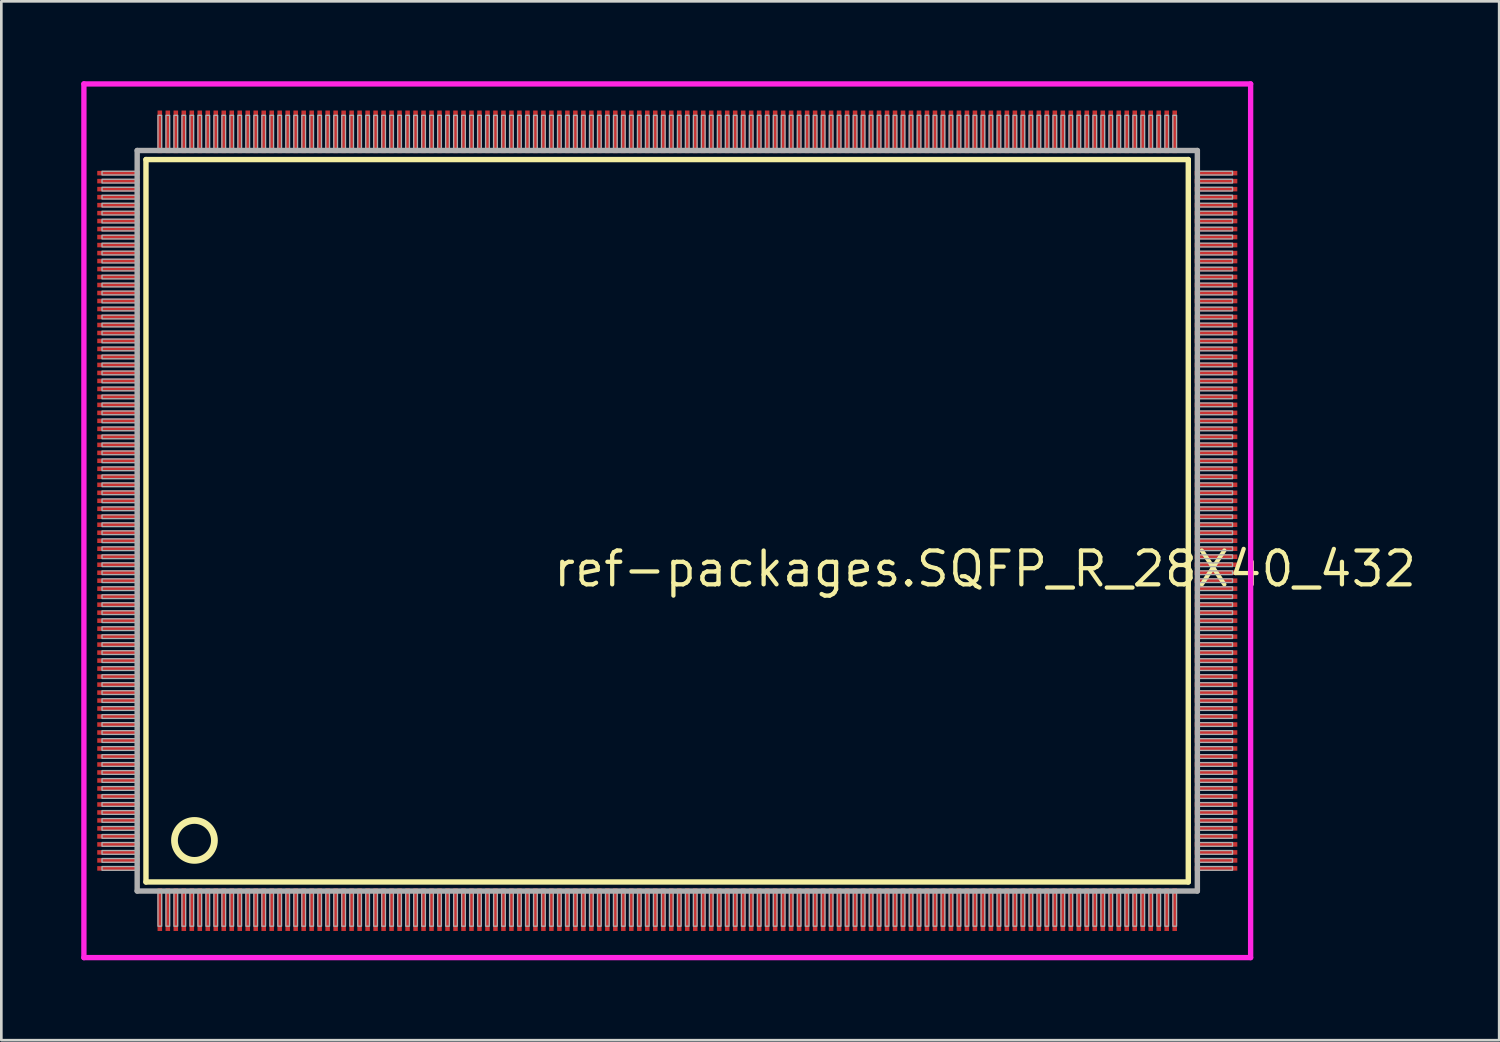
<source format=kicad_pcb>
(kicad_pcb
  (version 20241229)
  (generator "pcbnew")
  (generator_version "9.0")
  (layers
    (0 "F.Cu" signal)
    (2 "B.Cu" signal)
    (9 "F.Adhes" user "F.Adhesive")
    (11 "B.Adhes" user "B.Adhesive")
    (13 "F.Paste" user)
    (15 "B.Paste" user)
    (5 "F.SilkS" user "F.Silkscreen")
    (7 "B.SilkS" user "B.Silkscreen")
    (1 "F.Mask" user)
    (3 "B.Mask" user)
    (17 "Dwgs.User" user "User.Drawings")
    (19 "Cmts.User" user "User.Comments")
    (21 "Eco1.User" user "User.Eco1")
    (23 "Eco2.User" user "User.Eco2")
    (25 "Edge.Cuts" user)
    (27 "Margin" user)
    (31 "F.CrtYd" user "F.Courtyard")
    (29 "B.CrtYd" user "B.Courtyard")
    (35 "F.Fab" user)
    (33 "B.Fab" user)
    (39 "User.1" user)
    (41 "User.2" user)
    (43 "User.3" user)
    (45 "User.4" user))
  (footprint "ref-packages.SQFP_R_28X40_432"
    (layer "F.Cu")
    (at 22 16.5)
    (property "Reference" "ref-packages.SQFP_R_28X40_432" (at -4.35 2.55 0) (layer "F.SilkS") (effects (font (size 1.27 1.27) (thickness 0.16)) (justify left bottom)))
    (attr smd)
    (fp_line (start -19.57 -13.56) (end 19.56 -13.56) (stroke (width 0.203) (type default)) (layer "F.SilkS"))
    (fp_line (start -19.57 13.56) (end -19.57 -13.56) (stroke (width 0.203) (type default)) (layer "F.SilkS"))
    (fp_line (start 19.56 -13.56) (end 19.56 13.56) (stroke (width 0.203) (type default)) (layer "F.SilkS"))
    (fp_line (start 19.56 13.56) (end -19.57 13.56) (stroke (width 0.203) (type default)) (layer "F.SilkS"))
    (fp_circle (center -17.75 12) (end -17 12) (stroke (width 0.254) (type default)) (fill no) (layer "F.SilkS"))
    (fp_line (start -21.9 -16.4) (end 21.9 -16.4) (stroke (width 0.2) (type default)) (layer "F.CrtYd"))
    (fp_line (start -21.9 16.4) (end -21.9 -16.4) (stroke (width 0.2) (type default)) (layer "F.CrtYd"))
    (fp_line (start 21.9 -16.4) (end 21.9 16.4) (stroke (width 0.2) (type default)) (layer "F.CrtYd"))
    (fp_line (start 21.9 16.4) (end -21.9 16.4) (stroke (width 0.2) (type default)) (layer "F.CrtYd"))
    (fp_line (start -19.9 -13.9) (end -19.9 13.9) (stroke (width 0.203) (type default)) (layer "F.Fab"))
    (fp_line (start -19.9 13.9) (end 19.9 13.9) (stroke (width 0.203) (type default)) (layer "F.Fab"))
    (fp_line (start 19.9 -13.9) (end -19.9 -13.9) (stroke (width 0.203) (type default)) (layer "F.Fab"))
    (fp_line (start 19.9 13.9) (end 19.9 -13.9) (stroke (width 0.203) (type default)) (layer "F.Fab"))
    (fp_rect (start -21.22 -12.98) (end -19.95 -13.12) (stroke (width 0.05) (type default)) (fill no) (layer "F.Fab"))
    (fp_rect (start -21.22 -12.68) (end -19.95 -12.82) (stroke (width 0.05) (type default)) (fill no) (layer "F.Fab"))
    (fp_rect (start -21.22 -12.38) (end -19.95 -12.52) (stroke (width 0.05) (type default)) (fill no) (layer "F.Fab"))
    (fp_rect (start -21.22 -12.08) (end -19.95 -12.22) (stroke (width 0.05) (type default)) (fill no) (layer "F.Fab"))
    (fp_rect (start -21.22 -11.78) (end -19.95 -11.92) (stroke (width 0.05) (type default)) (fill no) (layer "F.Fab"))
    (fp_rect (start -21.22 -11.48) (end -19.95 -11.62) (stroke (width 0.05) (type default)) (fill no) (layer "F.Fab"))
    (fp_rect (start -21.22 -11.18) (end -19.95 -11.32) (stroke (width 0.05) (type default)) (fill no) (layer "F.Fab"))
    (fp_rect (start -21.22 -10.88) (end -19.95 -11.02) (stroke (width 0.05) (type default)) (fill no) (layer "F.Fab"))
    (fp_rect (start -21.22 -10.58) (end -19.95 -10.72) (stroke (width 0.05) (type default)) (fill no) (layer "F.Fab"))
    (fp_rect (start -21.22 -10.28) (end -19.95 -10.42) (stroke (width 0.05) (type default)) (fill no) (layer "F.Fab"))
    (fp_rect (start -21.22 -9.98) (end -19.95 -10.12) (stroke (width 0.05) (type default)) (fill no) (layer "F.Fab"))
    (fp_rect (start -21.22 -9.68) (end -19.95 -9.82) (stroke (width 0.05) (type default)) (fill no) (layer "F.Fab"))
    (fp_rect (start -21.22 -9.38) (end -19.95 -9.52) (stroke (width 0.05) (type default)) (fill no) (layer "F.Fab"))
    (fp_rect (start -21.22 -9.08) (end -19.95 -9.22) (stroke (width 0.05) (type default)) (fill no) (layer "F.Fab"))
    (fp_rect (start -21.22 -8.78) (end -19.95 -8.92) (stroke (width 0.05) (type default)) (fill no) (layer "F.Fab"))
    (fp_rect (start -21.22 -8.48) (end -19.95 -8.62) (stroke (width 0.05) (type default)) (fill no) (layer "F.Fab"))
    (fp_rect (start -21.22 -8.18) (end -19.95 -8.32) (stroke (width 0.05) (type default)) (fill no) (layer "F.Fab"))
    (fp_rect (start -21.22 -7.88) (end -19.95 -8.02) (stroke (width 0.05) (type default)) (fill no) (layer "F.Fab"))
    (fp_rect (start -21.22 -7.58) (end -19.95 -7.72) (stroke (width 0.05) (type default)) (fill no) (layer "F.Fab"))
    (fp_rect (start -21.22 -7.28) (end -19.95 -7.42) (stroke (width 0.05) (type default)) (fill no) (layer "F.Fab"))
    (fp_rect (start -21.22 -6.98) (end -19.95 -7.12) (stroke (width 0.05) (type default)) (fill no) (layer "F.Fab"))
    (fp_rect (start -21.22 -6.68) (end -19.95 -6.82) (stroke (width 0.05) (type default)) (fill no) (layer "F.Fab"))
    (fp_rect (start -21.22 -6.38) (end -19.95 -6.52) (stroke (width 0.05) (type default)) (fill no) (layer "F.Fab"))
    (fp_rect (start -21.22 -6.08) (end -19.95 -6.22) (stroke (width 0.05) (type default)) (fill no) (layer "F.Fab"))
    (fp_rect (start -21.22 -5.78) (end -19.95 -5.92) (stroke (width 0.05) (type default)) (fill no) (layer "F.Fab"))
    (fp_rect (start -21.22 -5.48) (end -19.95 -5.62) (stroke (width 0.05) (type default)) (fill no) (layer "F.Fab"))
    (fp_rect (start -21.22 -5.18) (end -19.95 -5.32) (stroke (width 0.05) (type default)) (fill no) (layer "F.Fab"))
    (fp_rect (start -21.22 -4.88) (end -19.95 -5.02) (stroke (width 0.05) (type default)) (fill no) (layer "F.Fab"))
    (fp_rect (start -21.22 -4.58) (end -19.95 -4.72) (stroke (width 0.05) (type default)) (fill no) (layer "F.Fab"))
    (fp_rect (start -21.22 -4.28) (end -19.95 -4.42) (stroke (width 0.05) (type default)) (fill no) (layer "F.Fab"))
    (fp_rect (start -21.22 -3.98) (end -19.95 -4.12) (stroke (width 0.05) (type default)) (fill no) (layer "F.Fab"))
    (fp_rect (start -21.22 -3.68) (end -19.95 -3.82) (stroke (width 0.05) (type default)) (fill no) (layer "F.Fab"))
    (fp_rect (start -21.22 -3.38) (end -19.95 -3.52) (stroke (width 0.05) (type default)) (fill no) (layer "F.Fab"))
    (fp_rect (start -21.22 -3.08) (end -19.95 -3.22) (stroke (width 0.05) (type default)) (fill no) (layer "F.Fab"))
    (fp_rect (start -21.22 -2.78) (end -19.95 -2.92) (stroke (width 0.05) (type default)) (fill no) (layer "F.Fab"))
    (fp_rect (start -21.22 -2.48) (end -19.95 -2.62) (stroke (width 0.05) (type default)) (fill no) (layer "F.Fab"))
    (fp_rect (start -21.22 -2.18) (end -19.95 -2.32) (stroke (width 0.05) (type default)) (fill no) (layer "F.Fab"))
    (fp_rect (start -21.22 -1.88) (end -19.95 -2.02) (stroke (width 0.05) (type default)) (fill no) (layer "F.Fab"))
    (fp_rect (start -21.22 -1.58) (end -19.95 -1.72) (stroke (width 0.05) (type default)) (fill no) (layer "F.Fab"))
    (fp_rect (start -21.22 -1.28) (end -19.95 -1.42) (stroke (width 0.05) (type default)) (fill no) (layer "F.Fab"))
    (fp_rect (start -21.22 -0.98) (end -19.95 -1.12) (stroke (width 0.05) (type default)) (fill no) (layer "F.Fab"))
    (fp_rect (start -21.22 -0.68) (end -19.95 -0.82) (stroke (width 0.05) (type default)) (fill no) (layer "F.Fab"))
    (fp_rect (start -21.22 -0.38) (end -19.95 -0.52) (stroke (width 0.05) (type default)) (fill no) (layer "F.Fab"))
    (fp_rect (start -21.22 -0.08) (end -19.95 -0.22) (stroke (width 0.05) (type default)) (fill no) (layer "F.Fab"))
    (fp_rect (start -21.22 0.22) (end -19.95 0.08) (stroke (width 0.05) (type default)) (fill no) (layer "F.Fab"))
    (fp_rect (start -21.22 0.52) (end -19.95 0.38) (stroke (width 0.05) (type default)) (fill no) (layer "F.Fab"))
    (fp_rect (start -21.22 0.82) (end -19.95 0.68) (stroke (width 0.05) (type default)) (fill no) (layer "F.Fab"))
    (fp_rect (start -21.22 1.12) (end -19.95 0.98) (stroke (width 0.05) (type default)) (fill no) (layer "F.Fab"))
    (fp_rect (start -21.22 1.42) (end -19.95 1.28) (stroke (width 0.05) (type default)) (fill no) (layer "F.Fab"))
    (fp_rect (start -21.22 1.72) (end -19.95 1.58) (stroke (width 0.05) (type default)) (fill no) (layer "F.Fab"))
    (fp_rect (start -21.22 2.02) (end -19.95 1.88) (stroke (width 0.05) (type default)) (fill no) (layer "F.Fab"))
    (fp_rect (start -21.22 2.32) (end -19.95 2.18) (stroke (width 0.05) (type default)) (fill no) (layer "F.Fab"))
    (fp_rect (start -21.22 2.62) (end -19.95 2.48) (stroke (width 0.05) (type default)) (fill no) (layer "F.Fab"))
    (fp_rect (start -21.22 2.92) (end -19.95 2.78) (stroke (width 0.05) (type default)) (fill no) (layer "F.Fab"))
    (fp_rect (start -21.22 3.22) (end -19.95 3.08) (stroke (width 0.05) (type default)) (fill no) (layer "F.Fab"))
    (fp_rect (start -21.22 3.52) (end -19.95 3.38) (stroke (width 0.05) (type default)) (fill no) (layer "F.Fab"))
    (fp_rect (start -21.22 3.82) (end -19.95 3.68) (stroke (width 0.05) (type default)) (fill no) (layer "F.Fab"))
    (fp_rect (start -21.22 4.12) (end -19.95 3.98) (stroke (width 0.05) (type default)) (fill no) (layer "F.Fab"))
    (fp_rect (start -21.22 4.42) (end -19.95 4.28) (stroke (width 0.05) (type default)) (fill no) (layer "F.Fab"))
    (fp_rect (start -21.22 4.72) (end -19.95 4.58) (stroke (width 0.05) (type default)) (fill no) (layer "F.Fab"))
    (fp_rect (start -21.22 5.02) (end -19.95 4.88) (stroke (width 0.05) (type default)) (fill no) (layer "F.Fab"))
    (fp_rect (start -21.22 5.32) (end -19.95 5.18) (stroke (width 0.05) (type default)) (fill no) (layer "F.Fab"))
    (fp_rect (start -21.22 5.62) (end -19.95 5.48) (stroke (width 0.05) (type default)) (fill no) (layer "F.Fab"))
    (fp_rect (start -21.22 5.92) (end -19.95 5.78) (stroke (width 0.05) (type default)) (fill no) (layer "F.Fab"))
    (fp_rect (start -21.22 6.22) (end -19.95 6.08) (stroke (width 0.05) (type default)) (fill no) (layer "F.Fab"))
    (fp_rect (start -21.22 6.52) (end -19.95 6.38) (stroke (width 0.05) (type default)) (fill no) (layer "F.Fab"))
    (fp_rect (start -21.22 6.82) (end -19.95 6.68) (stroke (width 0.05) (type default)) (fill no) (layer "F.Fab"))
    (fp_rect (start -21.22 7.12) (end -19.95 6.98) (stroke (width 0.05) (type default)) (fill no) (layer "F.Fab"))
    (fp_rect (start -21.22 7.42) (end -19.95 7.28) (stroke (width 0.05) (type default)) (fill no) (layer "F.Fab"))
    (fp_rect (start -21.22 7.72) (end -19.95 7.58) (stroke (width 0.05) (type default)) (fill no) (layer "F.Fab"))
    (fp_rect (start -21.22 8.02) (end -19.95 7.88) (stroke (width 0.05) (type default)) (fill no) (layer "F.Fab"))
    (fp_rect (start -21.22 8.32) (end -19.95 8.18) (stroke (width 0.05) (type default)) (fill no) (layer "F.Fab"))
    (fp_rect (start -21.22 8.62) (end -19.95 8.48) (stroke (width 0.05) (type default)) (fill no) (layer "F.Fab"))
    (fp_rect (start -21.22 8.92) (end -19.95 8.78) (stroke (width 0.05) (type default)) (fill no) (layer "F.Fab"))
    (fp_rect (start -21.22 9.22) (end -19.95 9.08) (stroke (width 0.05) (type default)) (fill no) (layer "F.Fab"))
    (fp_rect (start -21.22 9.52) (end -19.95 9.38) (stroke (width 0.05) (type default)) (fill no) (layer "F.Fab"))
    (fp_rect (start -21.22 9.82) (end -19.95 9.68) (stroke (width 0.05) (type default)) (fill no) (layer "F.Fab"))
    (fp_rect (start -21.22 10.12) (end -19.95 9.98) (stroke (width 0.05) (type default)) (fill no) (layer "F.Fab"))
    (fp_rect (start -21.22 10.42) (end -19.95 10.28) (stroke (width 0.05) (type default)) (fill no) (layer "F.Fab"))
    (fp_rect (start -21.22 10.72) (end -19.95 10.58) (stroke (width 0.05) (type default)) (fill no) (layer "F.Fab"))
    (fp_rect (start -21.22 11.02) (end -19.95 10.88) (stroke (width 0.05) (type default)) (fill no) (layer "F.Fab"))
    (fp_rect (start -21.22 11.32) (end -19.95 11.18) (stroke (width 0.05) (type default)) (fill no) (layer "F.Fab"))
    (fp_rect (start -21.22 11.62) (end -19.95 11.48) (stroke (width 0.05) (type default)) (fill no) (layer "F.Fab"))
    (fp_rect (start -21.22 11.92) (end -19.95 11.78) (stroke (width 0.05) (type default)) (fill no) (layer "F.Fab"))
    (fp_rect (start -21.22 12.22) (end -19.95 12.08) (stroke (width 0.05) (type default)) (fill no) (layer "F.Fab"))
    (fp_rect (start -21.22 12.52) (end -19.95 12.38) (stroke (width 0.05) (type default)) (fill no) (layer "F.Fab"))
    (fp_rect (start -21.22 12.82) (end -19.95 12.68) (stroke (width 0.05) (type default)) (fill no) (layer "F.Fab"))
    (fp_rect (start -21.22 13.12) (end -19.95 12.98) (stroke (width 0.05) (type default)) (fill no) (layer "F.Fab"))
    (fp_rect (start -19.12 -13.95) (end -18.98 -15.22) (stroke (width 0.05) (type default)) (fill no) (layer "F.Fab"))
    (fp_rect (start -19.12 15.22) (end -18.98 13.95) (stroke (width 0.05) (type default)) (fill no) (layer "F.Fab"))
    (fp_rect (start -18.82 -13.95) (end -18.68 -15.22) (stroke (width 0.05) (type default)) (fill no) (layer "F.Fab"))
    (fp_rect (start -18.82 15.22) (end -18.68 13.95) (stroke (width 0.05) (type default)) (fill no) (layer "F.Fab"))
    (fp_rect (start -18.52 -13.95) (end -18.38 -15.22) (stroke (width 0.05) (type default)) (fill no) (layer "F.Fab"))
    (fp_rect (start -18.52 15.22) (end -18.38 13.95) (stroke (width 0.05) (type default)) (fill no) (layer "F.Fab"))
    (fp_rect (start -18.22 -13.95) (end -18.08 -15.22) (stroke (width 0.05) (type default)) (fill no) (layer "F.Fab"))
    (fp_rect (start -18.22 15.22) (end -18.08 13.95) (stroke (width 0.05) (type default)) (fill no) (layer "F.Fab"))
    (fp_rect (start -17.92 -13.95) (end -17.78 -15.22) (stroke (width 0.05) (type default)) (fill no) (layer "F.Fab"))
    (fp_rect (start -17.92 15.22) (end -17.78 13.95) (stroke (width 0.05) (type default)) (fill no) (layer "F.Fab"))
    (fp_rect (start -17.62 -13.95) (end -17.48 -15.22) (stroke (width 0.05) (type default)) (fill no) (layer "F.Fab"))
    (fp_rect (start -17.62 15.22) (end -17.48 13.95) (stroke (width 0.05) (type default)) (fill no) (layer "F.Fab"))
    (fp_rect (start -17.32 -13.95) (end -17.18 -15.22) (stroke (width 0.05) (type default)) (fill no) (layer "F.Fab"))
    (fp_rect (start -17.32 15.22) (end -17.18 13.95) (stroke (width 0.05) (type default)) (fill no) (layer "F.Fab"))
    (fp_rect (start -17.02 -13.95) (end -16.88 -15.22) (stroke (width 0.05) (type default)) (fill no) (layer "F.Fab"))
    (fp_rect (start -17.02 15.22) (end -16.88 13.95) (stroke (width 0.05) (type default)) (fill no) (layer "F.Fab"))
    (fp_rect (start -16.72 -13.95) (end -16.58 -15.22) (stroke (width 0.05) (type default)) (fill no) (layer "F.Fab"))
    (fp_rect (start -16.72 15.22) (end -16.58 13.95) (stroke (width 0.05) (type default)) (fill no) (layer "F.Fab"))
    (fp_rect (start -16.42 -13.95) (end -16.28 -15.22) (stroke (width 0.05) (type default)) (fill no) (layer "F.Fab"))
    (fp_rect (start -16.42 15.22) (end -16.28 13.95) (stroke (width 0.05) (type default)) (fill no) (layer "F.Fab"))
    (fp_rect (start -16.12 -13.95) (end -15.98 -15.22) (stroke (width 0.05) (type default)) (fill no) (layer "F.Fab"))
    (fp_rect (start -16.12 15.22) (end -15.98 13.95) (stroke (width 0.05) (type default)) (fill no) (layer "F.Fab"))
    (fp_rect (start -15.82 -13.95) (end -15.68 -15.22) (stroke (width 0.05) (type default)) (fill no) (layer "F.Fab"))
    (fp_rect (start -15.82 15.22) (end -15.68 13.95) (stroke (width 0.05) (type default)) (fill no) (layer "F.Fab"))
    (fp_rect (start -15.52 -13.95) (end -15.38 -15.22) (stroke (width 0.05) (type default)) (fill no) (layer "F.Fab"))
    (fp_rect (start -15.52 15.22) (end -15.38 13.95) (stroke (width 0.05) (type default)) (fill no) (layer "F.Fab"))
    (fp_rect (start -15.22 -13.95) (end -15.08 -15.22) (stroke (width 0.05) (type default)) (fill no) (layer "F.Fab"))
    (fp_rect (start -15.22 15.22) (end -15.08 13.95) (stroke (width 0.05) (type default)) (fill no) (layer "F.Fab"))
    (fp_rect (start -14.92 -13.95) (end -14.78 -15.22) (stroke (width 0.05) (type default)) (fill no) (layer "F.Fab"))
    (fp_rect (start -14.92 15.22) (end -14.78 13.95) (stroke (width 0.05) (type default)) (fill no) (layer "F.Fab"))
    (fp_rect (start -14.62 -13.95) (end -14.48 -15.22) (stroke (width 0.05) (type default)) (fill no) (layer "F.Fab"))
    (fp_rect (start -14.62 15.22) (end -14.48 13.95) (stroke (width 0.05) (type default)) (fill no) (layer "F.Fab"))
    (fp_rect (start -14.32 -13.95) (end -14.18 -15.22) (stroke (width 0.05) (type default)) (fill no) (layer "F.Fab"))
    (fp_rect (start -14.32 15.22) (end -14.18 13.95) (stroke (width 0.05) (type default)) (fill no) (layer "F.Fab"))
    (fp_rect (start -14.02 -13.95) (end -13.88 -15.22) (stroke (width 0.05) (type default)) (fill no) (layer "F.Fab"))
    (fp_rect (start -14.02 15.22) (end -13.88 13.95) (stroke (width 0.05) (type default)) (fill no) (layer "F.Fab"))
    (fp_rect (start -13.72 -13.95) (end -13.58 -15.22) (stroke (width 0.05) (type default)) (fill no) (layer "F.Fab"))
    (fp_rect (start -13.72 15.22) (end -13.58 13.95) (stroke (width 0.05) (type default)) (fill no) (layer "F.Fab"))
    (fp_rect (start -13.42 -13.95) (end -13.28 -15.22) (stroke (width 0.05) (type default)) (fill no) (layer "F.Fab"))
    (fp_rect (start -13.42 15.22) (end -13.28 13.95) (stroke (width 0.05) (type default)) (fill no) (layer "F.Fab"))
    (fp_rect (start -13.12 -13.95) (end -12.98 -15.22) (stroke (width 0.05) (type default)) (fill no) (layer "F.Fab"))
    (fp_rect (start -13.12 15.22) (end -12.98 13.95) (stroke (width 0.05) (type default)) (fill no) (layer "F.Fab"))
    (fp_rect (start -12.82 -13.95) (end -12.68 -15.22) (stroke (width 0.05) (type default)) (fill no) (layer "F.Fab"))
    (fp_rect (start -12.82 15.22) (end -12.68 13.95) (stroke (width 0.05) (type default)) (fill no) (layer "F.Fab"))
    (fp_rect (start -12.52 -13.95) (end -12.38 -15.22) (stroke (width 0.05) (type default)) (fill no) (layer "F.Fab"))
    (fp_rect (start -12.52 15.22) (end -12.38 13.95) (stroke (width 0.05) (type default)) (fill no) (layer "F.Fab"))
    (fp_rect (start -12.22 -13.95) (end -12.08 -15.22) (stroke (width 0.05) (type default)) (fill no) (layer "F.Fab"))
    (fp_rect (start -12.22 15.22) (end -12.08 13.95) (stroke (width 0.05) (type default)) (fill no) (layer "F.Fab"))
    (fp_rect (start -11.92 -13.95) (end -11.78 -15.22) (stroke (width 0.05) (type default)) (fill no) (layer "F.Fab"))
    (fp_rect (start -11.92 15.22) (end -11.78 13.95) (stroke (width 0.05) (type default)) (fill no) (layer "F.Fab"))
    (fp_rect (start -11.62 -13.95) (end -11.48 -15.22) (stroke (width 0.05) (type default)) (fill no) (layer "F.Fab"))
    (fp_rect (start -11.62 15.22) (end -11.48 13.95) (stroke (width 0.05) (type default)) (fill no) (layer "F.Fab"))
    (fp_rect (start -11.32 -13.95) (end -11.18 -15.22) (stroke (width 0.05) (type default)) (fill no) (layer "F.Fab"))
    (fp_rect (start -11.32 15.22) (end -11.18 13.95) (stroke (width 0.05) (type default)) (fill no) (layer "F.Fab"))
    (fp_rect (start -11.02 -13.95) (end -10.88 -15.22) (stroke (width 0.05) (type default)) (fill no) (layer "F.Fab"))
    (fp_rect (start -11.02 15.22) (end -10.88 13.95) (stroke (width 0.05) (type default)) (fill no) (layer "F.Fab"))
    (fp_rect (start -10.72 -13.95) (end -10.58 -15.22) (stroke (width 0.05) (type default)) (fill no) (layer "F.Fab"))
    (fp_rect (start -10.72 15.22) (end -10.58 13.95) (stroke (width 0.05) (type default)) (fill no) (layer "F.Fab"))
    (fp_rect (start -10.42 -13.95) (end -10.28 -15.22) (stroke (width 0.05) (type default)) (fill no) (layer "F.Fab"))
    (fp_rect (start -10.42 15.22) (end -10.28 13.95) (stroke (width 0.05) (type default)) (fill no) (layer "F.Fab"))
    (fp_rect (start -10.12 -13.95) (end -9.98 -15.22) (stroke (width 0.05) (type default)) (fill no) (layer "F.Fab"))
    (fp_rect (start -10.12 15.22) (end -9.98 13.95) (stroke (width 0.05) (type default)) (fill no) (layer "F.Fab"))
    (fp_rect (start -9.82 -13.95) (end -9.68 -15.22) (stroke (width 0.05) (type default)) (fill no) (layer "F.Fab"))
    (fp_rect (start -9.82 15.22) (end -9.68 13.95) (stroke (width 0.05) (type default)) (fill no) (layer "F.Fab"))
    (fp_rect (start -9.52 -13.95) (end -9.38 -15.22) (stroke (width 0.05) (type default)) (fill no) (layer "F.Fab"))
    (fp_rect (start -9.52 15.22) (end -9.38 13.95) (stroke (width 0.05) (type default)) (fill no) (layer "F.Fab"))
    (fp_rect (start -9.22 -13.95) (end -9.08 -15.22) (stroke (width 0.05) (type default)) (fill no) (layer "F.Fab"))
    (fp_rect (start -9.22 15.22) (end -9.08 13.95) (stroke (width 0.05) (type default)) (fill no) (layer "F.Fab"))
    (fp_rect (start -8.92 -13.95) (end -8.78 -15.22) (stroke (width 0.05) (type default)) (fill no) (layer "F.Fab"))
    (fp_rect (start -8.92 15.22) (end -8.78 13.95) (stroke (width 0.05) (type default)) (fill no) (layer "F.Fab"))
    (fp_rect (start -8.62 -13.95) (end -8.48 -15.22) (stroke (width 0.05) (type default)) (fill no) (layer "F.Fab"))
    (fp_rect (start -8.62 15.22) (end -8.48 13.95) (stroke (width 0.05) (type default)) (fill no) (layer "F.Fab"))
    (fp_rect (start -8.32 -13.95) (end -8.18 -15.22) (stroke (width 0.05) (type default)) (fill no) (layer "F.Fab"))
    (fp_rect (start -8.32 15.22) (end -8.18 13.95) (stroke (width 0.05) (type default)) (fill no) (layer "F.Fab"))
    (fp_rect (start -8.02 -13.95) (end -7.88 -15.22) (stroke (width 0.05) (type default)) (fill no) (layer "F.Fab"))
    (fp_rect (start -8.02 15.22) (end -7.88 13.95) (stroke (width 0.05) (type default)) (fill no) (layer "F.Fab"))
    (fp_rect (start -7.72 -13.95) (end -7.58 -15.22) (stroke (width 0.05) (type default)) (fill no) (layer "F.Fab"))
    (fp_rect (start -7.72 15.22) (end -7.58 13.95) (stroke (width 0.05) (type default)) (fill no) (layer "F.Fab"))
    (fp_rect (start -7.42 -13.95) (end -7.28 -15.22) (stroke (width 0.05) (type default)) (fill no) (layer "F.Fab"))
    (fp_rect (start -7.42 15.22) (end -7.28 13.95) (stroke (width 0.05) (type default)) (fill no) (layer "F.Fab"))
    (fp_rect (start -7.12 -13.95) (end -6.98 -15.22) (stroke (width 0.05) (type default)) (fill no) (layer "F.Fab"))
    (fp_rect (start -7.12 15.22) (end -6.98 13.95) (stroke (width 0.05) (type default)) (fill no) (layer "F.Fab"))
    (fp_rect (start -6.82 -13.95) (end -6.68 -15.22) (stroke (width 0.05) (type default)) (fill no) (layer "F.Fab"))
    (fp_rect (start -6.82 15.22) (end -6.68 13.95) (stroke (width 0.05) (type default)) (fill no) (layer "F.Fab"))
    (fp_rect (start -6.52 -13.95) (end -6.38 -15.22) (stroke (width 0.05) (type default)) (fill no) (layer "F.Fab"))
    (fp_rect (start -6.52 15.22) (end -6.38 13.95) (stroke (width 0.05) (type default)) (fill no) (layer "F.Fab"))
    (fp_rect (start -6.22 -13.95) (end -6.08 -15.22) (stroke (width 0.05) (type default)) (fill no) (layer "F.Fab"))
    (fp_rect (start -6.22 15.22) (end -6.08 13.95) (stroke (width 0.05) (type default)) (fill no) (layer "F.Fab"))
    (fp_rect (start -5.92 -13.95) (end -5.78 -15.22) (stroke (width 0.05) (type default)) (fill no) (layer "F.Fab"))
    (fp_rect (start -5.92 15.22) (end -5.78 13.95) (stroke (width 0.05) (type default)) (fill no) (layer "F.Fab"))
    (fp_rect (start -5.62 -13.95) (end -5.48 -15.22) (stroke (width 0.05) (type default)) (fill no) (layer "F.Fab"))
    (fp_rect (start -5.62 15.22) (end -5.48 13.95) (stroke (width 0.05) (type default)) (fill no) (layer "F.Fab"))
    (fp_rect (start -5.32 -13.95) (end -5.18 -15.22) (stroke (width 0.05) (type default)) (fill no) (layer "F.Fab"))
    (fp_rect (start -5.32 15.22) (end -5.18 13.95) (stroke (width 0.05) (type default)) (fill no) (layer "F.Fab"))
    (fp_rect (start -5.02 -13.95) (end -4.88 -15.22) (stroke (width 0.05) (type default)) (fill no) (layer "F.Fab"))
    (fp_rect (start -5.02 15.22) (end -4.88 13.95) (stroke (width 0.05) (type default)) (fill no) (layer "F.Fab"))
    (fp_rect (start -4.72 -13.95) (end -4.58 -15.22) (stroke (width 0.05) (type default)) (fill no) (layer "F.Fab"))
    (fp_rect (start -4.72 15.22) (end -4.58 13.95) (stroke (width 0.05) (type default)) (fill no) (layer "F.Fab"))
    (fp_rect (start -4.42 -13.95) (end -4.28 -15.22) (stroke (width 0.05) (type default)) (fill no) (layer "F.Fab"))
    (fp_rect (start -4.42 15.22) (end -4.28 13.95) (stroke (width 0.05) (type default)) (fill no) (layer "F.Fab"))
    (fp_rect (start -4.12 -13.95) (end -3.98 -15.22) (stroke (width 0.05) (type default)) (fill no) (layer "F.Fab"))
    (fp_rect (start -4.12 15.22) (end -3.98 13.95) (stroke (width 0.05) (type default)) (fill no) (layer "F.Fab"))
    (fp_rect (start -3.82 -13.95) (end -3.68 -15.22) (stroke (width 0.05) (type default)) (fill no) (layer "F.Fab"))
    (fp_rect (start -3.82 15.22) (end -3.68 13.95) (stroke (width 0.05) (type default)) (fill no) (layer "F.Fab"))
    (fp_rect (start -3.52 -13.95) (end -3.38 -15.22) (stroke (width 0.05) (type default)) (fill no) (layer "F.Fab"))
    (fp_rect (start -3.52 15.22) (end -3.38 13.95) (stroke (width 0.05) (type default)) (fill no) (layer "F.Fab"))
    (fp_rect (start -3.22 -13.95) (end -3.08 -15.22) (stroke (width 0.05) (type default)) (fill no) (layer "F.Fab"))
    (fp_rect (start -3.22 15.22) (end -3.08 13.95) (stroke (width 0.05) (type default)) (fill no) (layer "F.Fab"))
    (fp_rect (start -2.92 -13.95) (end -2.78 -15.22) (stroke (width 0.05) (type default)) (fill no) (layer "F.Fab"))
    (fp_rect (start -2.92 15.22) (end -2.78 13.95) (stroke (width 0.05) (type default)) (fill no) (layer "F.Fab"))
    (fp_rect (start -2.62 -13.95) (end -2.48 -15.22) (stroke (width 0.05) (type default)) (fill no) (layer "F.Fab"))
    (fp_rect (start -2.62 15.22) (end -2.48 13.95) (stroke (width 0.05) (type default)) (fill no) (layer "F.Fab"))
    (fp_rect (start -2.32 -13.95) (end -2.18 -15.22) (stroke (width 0.05) (type default)) (fill no) (layer "F.Fab"))
    (fp_rect (start -2.32 15.22) (end -2.18 13.95) (stroke (width 0.05) (type default)) (fill no) (layer "F.Fab"))
    (fp_rect (start -2.02 -13.95) (end -1.88 -15.22) (stroke (width 0.05) (type default)) (fill no) (layer "F.Fab"))
    (fp_rect (start -2.02 15.22) (end -1.88 13.95) (stroke (width 0.05) (type default)) (fill no) (layer "F.Fab"))
    (fp_rect (start -1.72 -13.95) (end -1.58 -15.22) (stroke (width 0.05) (type default)) (fill no) (layer "F.Fab"))
    (fp_rect (start -1.72 15.22) (end -1.58 13.95) (stroke (width 0.05) (type default)) (fill no) (layer "F.Fab"))
    (fp_rect (start -1.42 -13.95) (end -1.28 -15.22) (stroke (width 0.05) (type default)) (fill no) (layer "F.Fab"))
    (fp_rect (start -1.42 15.22) (end -1.28 13.95) (stroke (width 0.05) (type default)) (fill no) (layer "F.Fab"))
    (fp_rect (start -1.12 -13.95) (end -0.98 -15.22) (stroke (width 0.05) (type default)) (fill no) (layer "F.Fab"))
    (fp_rect (start -1.12 15.22) (end -0.98 13.95) (stroke (width 0.05) (type default)) (fill no) (layer "F.Fab"))
    (fp_rect (start -0.82 -13.95) (end -0.68 -15.22) (stroke (width 0.05) (type default)) (fill no) (layer "F.Fab"))
    (fp_rect (start -0.82 15.22) (end -0.68 13.95) (stroke (width 0.05) (type default)) (fill no) (layer "F.Fab"))
    (fp_rect (start -0.52 -13.95) (end -0.38 -15.22) (stroke (width 0.05) (type default)) (fill no) (layer "F.Fab"))
    (fp_rect (start -0.52 15.22) (end -0.38 13.95) (stroke (width 0.05) (type default)) (fill no) (layer "F.Fab"))
    (fp_rect (start -0.22 -13.95) (end -0.08 -15.22) (stroke (width 0.05) (type default)) (fill no) (layer "F.Fab"))
    (fp_rect (start -0.22 15.22) (end -0.08 13.95) (stroke (width 0.05) (type default)) (fill no) (layer "F.Fab"))
    (fp_rect (start 0.08 -13.95) (end 0.22 -15.22) (stroke (width 0.05) (type default)) (fill no) (layer "F.Fab"))
    (fp_rect (start 0.08 15.22) (end 0.22 13.95) (stroke (width 0.05) (type default)) (fill no) (layer "F.Fab"))
    (fp_rect (start 0.38 -13.95) (end 0.52 -15.22) (stroke (width 0.05) (type default)) (fill no) (layer "F.Fab"))
    (fp_rect (start 0.38 15.22) (end 0.52 13.95) (stroke (width 0.05) (type default)) (fill no) (layer "F.Fab"))
    (fp_rect (start 0.68 -13.95) (end 0.82 -15.22) (stroke (width 0.05) (type default)) (fill no) (layer "F.Fab"))
    (fp_rect (start 0.68 15.22) (end 0.82 13.95) (stroke (width 0.05) (type default)) (fill no) (layer "F.Fab"))
    (fp_rect (start 0.98 -13.95) (end 1.12 -15.22) (stroke (width 0.05) (type default)) (fill no) (layer "F.Fab"))
    (fp_rect (start 0.98 15.22) (end 1.12 13.95) (stroke (width 0.05) (type default)) (fill no) (layer "F.Fab"))
    (fp_rect (start 1.28 -13.95) (end 1.42 -15.22) (stroke (width 0.05) (type default)) (fill no) (layer "F.Fab"))
    (fp_rect (start 1.28 15.22) (end 1.42 13.95) (stroke (width 0.05) (type default)) (fill no) (layer "F.Fab"))
    (fp_rect (start 1.58 -13.95) (end 1.72 -15.22) (stroke (width 0.05) (type default)) (fill no) (layer "F.Fab"))
    (fp_rect (start 1.58 15.22) (end 1.72 13.95) (stroke (width 0.05) (type default)) (fill no) (layer "F.Fab"))
    (fp_rect (start 1.88 -13.95) (end 2.02 -15.22) (stroke (width 0.05) (type default)) (fill no) (layer "F.Fab"))
    (fp_rect (start 1.88 15.22) (end 2.02 13.95) (stroke (width 0.05) (type default)) (fill no) (layer "F.Fab"))
    (fp_rect (start 2.18 -13.95) (end 2.32 -15.22) (stroke (width 0.05) (type default)) (fill no) (layer "F.Fab"))
    (fp_rect (start 2.18 15.22) (end 2.32 13.95) (stroke (width 0.05) (type default)) (fill no) (layer "F.Fab"))
    (fp_rect (start 2.48 -13.95) (end 2.62 -15.22) (stroke (width 0.05) (type default)) (fill no) (layer "F.Fab"))
    (fp_rect (start 2.48 15.22) (end 2.62 13.95) (stroke (width 0.05) (type default)) (fill no) (layer "F.Fab"))
    (fp_rect (start 2.78 -13.95) (end 2.92 -15.22) (stroke (width 0.05) (type default)) (fill no) (layer "F.Fab"))
    (fp_rect (start 2.78 15.22) (end 2.92 13.95) (stroke (width 0.05) (type default)) (fill no) (layer "F.Fab"))
    (fp_rect (start 3.08 -13.95) (end 3.22 -15.22) (stroke (width 0.05) (type default)) (fill no) (layer "F.Fab"))
    (fp_rect (start 3.08 15.22) (end 3.22 13.95) (stroke (width 0.05) (type default)) (fill no) (layer "F.Fab"))
    (fp_rect (start 3.38 -13.95) (end 3.52 -15.22) (stroke (width 0.05) (type default)) (fill no) (layer "F.Fab"))
    (fp_rect (start 3.38 15.22) (end 3.52 13.95) (stroke (width 0.05) (type default)) (fill no) (layer "F.Fab"))
    (fp_rect (start 3.68 -13.95) (end 3.82 -15.22) (stroke (width 0.05) (type default)) (fill no) (layer "F.Fab"))
    (fp_rect (start 3.68 15.22) (end 3.82 13.95) (stroke (width 0.05) (type default)) (fill no) (layer "F.Fab"))
    (fp_rect (start 3.98 -13.95) (end 4.12 -15.22) (stroke (width 0.05) (type default)) (fill no) (layer "F.Fab"))
    (fp_rect (start 3.98 15.22) (end 4.12 13.95) (stroke (width 0.05) (type default)) (fill no) (layer "F.Fab"))
    (fp_rect (start 4.28 -13.95) (end 4.42 -15.22) (stroke (width 0.05) (type default)) (fill no) (layer "F.Fab"))
    (fp_rect (start 4.28 15.22) (end 4.42 13.95) (stroke (width 0.05) (type default)) (fill no) (layer "F.Fab"))
    (fp_rect (start 4.58 -13.95) (end 4.72 -15.22) (stroke (width 0.05) (type default)) (fill no) (layer "F.Fab"))
    (fp_rect (start 4.58 15.22) (end 4.72 13.95) (stroke (width 0.05) (type default)) (fill no) (layer "F.Fab"))
    (fp_rect (start 4.88 -13.95) (end 5.02 -15.22) (stroke (width 0.05) (type default)) (fill no) (layer "F.Fab"))
    (fp_rect (start 4.88 15.22) (end 5.02 13.95) (stroke (width 0.05) (type default)) (fill no) (layer "F.Fab"))
    (fp_rect (start 5.18 -13.95) (end 5.32 -15.22) (stroke (width 0.05) (type default)) (fill no) (layer "F.Fab"))
    (fp_rect (start 5.18 15.22) (end 5.32 13.95) (stroke (width 0.05) (type default)) (fill no) (layer "F.Fab"))
    (fp_rect (start 5.48 -13.95) (end 5.62 -15.22) (stroke (width 0.05) (type default)) (fill no) (layer "F.Fab"))
    (fp_rect (start 5.48 15.22) (end 5.62 13.95) (stroke (width 0.05) (type default)) (fill no) (layer "F.Fab"))
    (fp_rect (start 5.78 -13.95) (end 5.92 -15.22) (stroke (width 0.05) (type default)) (fill no) (layer "F.Fab"))
    (fp_rect (start 5.78 15.22) (end 5.92 13.95) (stroke (width 0.05) (type default)) (fill no) (layer "F.Fab"))
    (fp_rect (start 6.08 -13.95) (end 6.22 -15.22) (stroke (width 0.05) (type default)) (fill no) (layer "F.Fab"))
    (fp_rect (start 6.08 15.22) (end 6.22 13.95) (stroke (width 0.05) (type default)) (fill no) (layer "F.Fab"))
    (fp_rect (start 6.38 -13.95) (end 6.52 -15.22) (stroke (width 0.05) (type default)) (fill no) (layer "F.Fab"))
    (fp_rect (start 6.38 15.22) (end 6.52 13.95) (stroke (width 0.05) (type default)) (fill no) (layer "F.Fab"))
    (fp_rect (start 6.68 -13.95) (end 6.82 -15.22) (stroke (width 0.05) (type default)) (fill no) (layer "F.Fab"))
    (fp_rect (start 6.68 15.22) (end 6.82 13.95) (stroke (width 0.05) (type default)) (fill no) (layer "F.Fab"))
    (fp_rect (start 6.98 -13.95) (end 7.12 -15.22) (stroke (width 0.05) (type default)) (fill no) (layer "F.Fab"))
    (fp_rect (start 6.98 15.22) (end 7.12 13.95) (stroke (width 0.05) (type default)) (fill no) (layer "F.Fab"))
    (fp_rect (start 7.28 -13.95) (end 7.42 -15.22) (stroke (width 0.05) (type default)) (fill no) (layer "F.Fab"))
    (fp_rect (start 7.28 15.22) (end 7.42 13.95) (stroke (width 0.05) (type default)) (fill no) (layer "F.Fab"))
    (fp_rect (start 7.58 -13.95) (end 7.72 -15.22) (stroke (width 0.05) (type default)) (fill no) (layer "F.Fab"))
    (fp_rect (start 7.58 15.22) (end 7.72 13.95) (stroke (width 0.05) (type default)) (fill no) (layer "F.Fab"))
    (fp_rect (start 7.88 -13.95) (end 8.02 -15.22) (stroke (width 0.05) (type default)) (fill no) (layer "F.Fab"))
    (fp_rect (start 7.88 15.22) (end 8.02 13.95) (stroke (width 0.05) (type default)) (fill no) (layer "F.Fab"))
    (fp_rect (start 8.18 -13.95) (end 8.32 -15.22) (stroke (width 0.05) (type default)) (fill no) (layer "F.Fab"))
    (fp_rect (start 8.18 15.22) (end 8.32 13.95) (stroke (width 0.05) (type default)) (fill no) (layer "F.Fab"))
    (fp_rect (start 8.48 -13.95) (end 8.62 -15.22) (stroke (width 0.05) (type default)) (fill no) (layer "F.Fab"))
    (fp_rect (start 8.48 15.22) (end 8.62 13.95) (stroke (width 0.05) (type default)) (fill no) (layer "F.Fab"))
    (fp_rect (start 8.78 -13.95) (end 8.92 -15.22) (stroke (width 0.05) (type default)) (fill no) (layer "F.Fab"))
    (fp_rect (start 8.78 15.22) (end 8.92 13.95) (stroke (width 0.05) (type default)) (fill no) (layer "F.Fab"))
    (fp_rect (start 9.08 -13.95) (end 9.22 -15.22) (stroke (width 0.05) (type default)) (fill no) (layer "F.Fab"))
    (fp_rect (start 9.08 15.22) (end 9.22 13.95) (stroke (width 0.05) (type default)) (fill no) (layer "F.Fab"))
    (fp_rect (start 9.38 -13.95) (end 9.52 -15.22) (stroke (width 0.05) (type default)) (fill no) (layer "F.Fab"))
    (fp_rect (start 9.38 15.22) (end 9.52 13.95) (stroke (width 0.05) (type default)) (fill no) (layer "F.Fab"))
    (fp_rect (start 9.68 -13.95) (end 9.82 -15.22) (stroke (width 0.05) (type default)) (fill no) (layer "F.Fab"))
    (fp_rect (start 9.68 15.22) (end 9.82 13.95) (stroke (width 0.05) (type default)) (fill no) (layer "F.Fab"))
    (fp_rect (start 9.98 -13.95) (end 10.12 -15.22) (stroke (width 0.05) (type default)) (fill no) (layer "F.Fab"))
    (fp_rect (start 9.98 15.22) (end 10.12 13.95) (stroke (width 0.05) (type default)) (fill no) (layer "F.Fab"))
    (fp_rect (start 10.28 -13.95) (end 10.42 -15.22) (stroke (width 0.05) (type default)) (fill no) (layer "F.Fab"))
    (fp_rect (start 10.28 15.22) (end 10.42 13.95) (stroke (width 0.05) (type default)) (fill no) (layer "F.Fab"))
    (fp_rect (start 10.58 -13.95) (end 10.72 -15.22) (stroke (width 0.05) (type default)) (fill no) (layer "F.Fab"))
    (fp_rect (start 10.58 15.22) (end 10.72 13.95) (stroke (width 0.05) (type default)) (fill no) (layer "F.Fab"))
    (fp_rect (start 10.88 -13.95) (end 11.02 -15.22) (stroke (width 0.05) (type default)) (fill no) (layer "F.Fab"))
    (fp_rect (start 10.88 15.22) (end 11.02 13.95) (stroke (width 0.05) (type default)) (fill no) (layer "F.Fab"))
    (fp_rect (start 11.18 -13.95) (end 11.32 -15.22) (stroke (width 0.05) (type default)) (fill no) (layer "F.Fab"))
    (fp_rect (start 11.18 15.22) (end 11.32 13.95) (stroke (width 0.05) (type default)) (fill no) (layer "F.Fab"))
    (fp_rect (start 11.48 -13.95) (end 11.62 -15.22) (stroke (width 0.05) (type default)) (fill no) (layer "F.Fab"))
    (fp_rect (start 11.48 15.22) (end 11.62 13.95) (stroke (width 0.05) (type default)) (fill no) (layer "F.Fab"))
    (fp_rect (start 11.78 -13.95) (end 11.92 -15.22) (stroke (width 0.05) (type default)) (fill no) (layer "F.Fab"))
    (fp_rect (start 11.78 15.22) (end 11.92 13.95) (stroke (width 0.05) (type default)) (fill no) (layer "F.Fab"))
    (fp_rect (start 12.08 -13.95) (end 12.22 -15.22) (stroke (width 0.05) (type default)) (fill no) (layer "F.Fab"))
    (fp_rect (start 12.08 15.22) (end 12.22 13.95) (stroke (width 0.05) (type default)) (fill no) (layer "F.Fab"))
    (fp_rect (start 12.38 -13.95) (end 12.52 -15.22) (stroke (width 0.05) (type default)) (fill no) (layer "F.Fab"))
    (fp_rect (start 12.38 15.22) (end 12.52 13.95) (stroke (width 0.05) (type default)) (fill no) (layer "F.Fab"))
    (fp_rect (start 12.68 -13.95) (end 12.82 -15.22) (stroke (width 0.05) (type default)) (fill no) (layer "F.Fab"))
    (fp_rect (start 12.68 15.22) (end 12.82 13.95) (stroke (width 0.05) (type default)) (fill no) (layer "F.Fab"))
    (fp_rect (start 12.98 -13.95) (end 13.12 -15.22) (stroke (width 0.05) (type default)) (fill no) (layer "F.Fab"))
    (fp_rect (start 12.98 15.22) (end 13.12 13.95) (stroke (width 0.05) (type default)) (fill no) (layer "F.Fab"))
    (fp_rect (start 13.28 -13.95) (end 13.42 -15.22) (stroke (width 0.05) (type default)) (fill no) (layer "F.Fab"))
    (fp_rect (start 13.28 15.22) (end 13.42 13.95) (stroke (width 0.05) (type default)) (fill no) (layer "F.Fab"))
    (fp_rect (start 13.58 -13.95) (end 13.72 -15.22) (stroke (width 0.05) (type default)) (fill no) (layer "F.Fab"))
    (fp_rect (start 13.58 15.22) (end 13.72 13.95) (stroke (width 0.05) (type default)) (fill no) (layer "F.Fab"))
    (fp_rect (start 13.88 -13.95) (end 14.02 -15.22) (stroke (width 0.05) (type default)) (fill no) (layer "F.Fab"))
    (fp_rect (start 13.88 15.22) (end 14.02 13.95) (stroke (width 0.05) (type default)) (fill no) (layer "F.Fab"))
    (fp_rect (start 14.18 -13.95) (end 14.32 -15.22) (stroke (width 0.05) (type default)) (fill no) (layer "F.Fab"))
    (fp_rect (start 14.18 15.22) (end 14.32 13.95) (stroke (width 0.05) (type default)) (fill no) (layer "F.Fab"))
    (fp_rect (start 14.48 -13.95) (end 14.62 -15.22) (stroke (width 0.05) (type default)) (fill no) (layer "F.Fab"))
    (fp_rect (start 14.48 15.22) (end 14.62 13.95) (stroke (width 0.05) (type default)) (fill no) (layer "F.Fab"))
    (fp_rect (start 14.78 -13.95) (end 14.92 -15.22) (stroke (width 0.05) (type default)) (fill no) (layer "F.Fab"))
    (fp_rect (start 14.78 15.22) (end 14.92 13.95) (stroke (width 0.05) (type default)) (fill no) (layer "F.Fab"))
    (fp_rect (start 15.08 -13.95) (end 15.22 -15.22) (stroke (width 0.05) (type default)) (fill no) (layer "F.Fab"))
    (fp_rect (start 15.08 15.22) (end 15.22 13.95) (stroke (width 0.05) (type default)) (fill no) (layer "F.Fab"))
    (fp_rect (start 15.38 -13.95) (end 15.52 -15.22) (stroke (width 0.05) (type default)) (fill no) (layer "F.Fab"))
    (fp_rect (start 15.38 15.22) (end 15.52 13.95) (stroke (width 0.05) (type default)) (fill no) (layer "F.Fab"))
    (fp_rect (start 15.68 -13.95) (end 15.82 -15.22) (stroke (width 0.05) (type default)) (fill no) (layer "F.Fab"))
    (fp_rect (start 15.68 15.22) (end 15.82 13.95) (stroke (width 0.05) (type default)) (fill no) (layer "F.Fab"))
    (fp_rect (start 15.98 -13.95) (end 16.12 -15.22) (stroke (width 0.05) (type default)) (fill no) (layer "F.Fab"))
    (fp_rect (start 15.98 15.22) (end 16.12 13.95) (stroke (width 0.05) (type default)) (fill no) (layer "F.Fab"))
    (fp_rect (start 16.28 -13.95) (end 16.42 -15.22) (stroke (width 0.05) (type default)) (fill no) (layer "F.Fab"))
    (fp_rect (start 16.28 15.22) (end 16.42 13.95) (stroke (width 0.05) (type default)) (fill no) (layer "F.Fab"))
    (fp_rect (start 16.58 -13.95) (end 16.72 -15.22) (stroke (width 0.05) (type default)) (fill no) (layer "F.Fab"))
    (fp_rect (start 16.58 15.22) (end 16.72 13.95) (stroke (width 0.05) (type default)) (fill no) (layer "F.Fab"))
    (fp_rect (start 16.88 -13.95) (end 17.02 -15.22) (stroke (width 0.05) (type default)) (fill no) (layer "F.Fab"))
    (fp_rect (start 16.88 15.22) (end 17.02 13.95) (stroke (width 0.05) (type default)) (fill no) (layer "F.Fab"))
    (fp_rect (start 17.18 -13.95) (end 17.32 -15.22) (stroke (width 0.05) (type default)) (fill no) (layer "F.Fab"))
    (fp_rect (start 17.18 15.22) (end 17.32 13.95) (stroke (width 0.05) (type default)) (fill no) (layer "F.Fab"))
    (fp_rect (start 17.48 -13.95) (end 17.62 -15.22) (stroke (width 0.05) (type default)) (fill no) (layer "F.Fab"))
    (fp_rect (start 17.48 15.22) (end 17.62 13.95) (stroke (width 0.05) (type default)) (fill no) (layer "F.Fab"))
    (fp_rect (start 17.78 -13.95) (end 17.92 -15.22) (stroke (width 0.05) (type default)) (fill no) (layer "F.Fab"))
    (fp_rect (start 17.78 15.22) (end 17.92 13.95) (stroke (width 0.05) (type default)) (fill no) (layer "F.Fab"))
    (fp_rect (start 18.08 -13.95) (end 18.22 -15.22) (stroke (width 0.05) (type default)) (fill no) (layer "F.Fab"))
    (fp_rect (start 18.08 15.22) (end 18.22 13.95) (stroke (width 0.05) (type default)) (fill no) (layer "F.Fab"))
    (fp_rect (start 18.38 -13.95) (end 18.52 -15.22) (stroke (width 0.05) (type default)) (fill no) (layer "F.Fab"))
    (fp_rect (start 18.38 15.22) (end 18.52 13.95) (stroke (width 0.05) (type default)) (fill no) (layer "F.Fab"))
    (fp_rect (start 18.68 -13.95) (end 18.82 -15.22) (stroke (width 0.05) (type default)) (fill no) (layer "F.Fab"))
    (fp_rect (start 18.68 15.22) (end 18.82 13.95) (stroke (width 0.05) (type default)) (fill no) (layer "F.Fab"))
    (fp_rect (start 18.98 -13.95) (end 19.12 -15.22) (stroke (width 0.05) (type default)) (fill no) (layer "F.Fab"))
    (fp_rect (start 18.98 15.22) (end 19.12 13.95) (stroke (width 0.05) (type default)) (fill no) (layer "F.Fab"))
    (fp_rect (start 19.95 -12.98) (end 21.22 -13.12) (stroke (width 0.05) (type default)) (fill no) (layer "F.Fab"))
    (fp_rect (start 19.95 -12.68) (end 21.22 -12.82) (stroke (width 0.05) (type default)) (fill no) (layer "F.Fab"))
    (fp_rect (start 19.95 -12.38) (end 21.22 -12.52) (stroke (width 0.05) (type default)) (fill no) (layer "F.Fab"))
    (fp_rect (start 19.95 -12.08) (end 21.22 -12.22) (stroke (width 0.05) (type default)) (fill no) (layer "F.Fab"))
    (fp_rect (start 19.95 -11.78) (end 21.22 -11.92) (stroke (width 0.05) (type default)) (fill no) (layer "F.Fab"))
    (fp_rect (start 19.95 -11.48) (end 21.22 -11.62) (stroke (width 0.05) (type default)) (fill no) (layer "F.Fab"))
    (fp_rect (start 19.95 -11.18) (end 21.22 -11.32) (stroke (width 0.05) (type default)) (fill no) (layer "F.Fab"))
    (fp_rect (start 19.95 -10.88) (end 21.22 -11.02) (stroke (width 0.05) (type default)) (fill no) (layer "F.Fab"))
    (fp_rect (start 19.95 -10.58) (end 21.22 -10.72) (stroke (width 0.05) (type default)) (fill no) (layer "F.Fab"))
    (fp_rect (start 19.95 -10.28) (end 21.22 -10.42) (stroke (width 0.05) (type default)) (fill no) (layer "F.Fab"))
    (fp_rect (start 19.95 -9.98) (end 21.22 -10.12) (stroke (width 0.05) (type default)) (fill no) (layer "F.Fab"))
    (fp_rect (start 19.95 -9.68) (end 21.22 -9.82) (stroke (width 0.05) (type default)) (fill no) (layer "F.Fab"))
    (fp_rect (start 19.95 -9.38) (end 21.22 -9.52) (stroke (width 0.05) (type default)) (fill no) (layer "F.Fab"))
    (fp_rect (start 19.95 -9.08) (end 21.22 -9.22) (stroke (width 0.05) (type default)) (fill no) (layer "F.Fab"))
    (fp_rect (start 19.95 -8.78) (end 21.22 -8.92) (stroke (width 0.05) (type default)) (fill no) (layer "F.Fab"))
    (fp_rect (start 19.95 -8.48) (end 21.22 -8.62) (stroke (width 0.05) (type default)) (fill no) (layer "F.Fab"))
    (fp_rect (start 19.95 -8.18) (end 21.22 -8.32) (stroke (width 0.05) (type default)) (fill no) (layer "F.Fab"))
    (fp_rect (start 19.95 -7.88) (end 21.22 -8.02) (stroke (width 0.05) (type default)) (fill no) (layer "F.Fab"))
    (fp_rect (start 19.95 -7.58) (end 21.22 -7.72) (stroke (width 0.05) (type default)) (fill no) (layer "F.Fab"))
    (fp_rect (start 19.95 -7.28) (end 21.22 -7.42) (stroke (width 0.05) (type default)) (fill no) (layer "F.Fab"))
    (fp_rect (start 19.95 -6.98) (end 21.22 -7.12) (stroke (width 0.05) (type default)) (fill no) (layer "F.Fab"))
    (fp_rect (start 19.95 -6.68) (end 21.22 -6.82) (stroke (width 0.05) (type default)) (fill no) (layer "F.Fab"))
    (fp_rect (start 19.95 -6.38) (end 21.22 -6.52) (stroke (width 0.05) (type default)) (fill no) (layer "F.Fab"))
    (fp_rect (start 19.95 -6.08) (end 21.22 -6.22) (stroke (width 0.05) (type default)) (fill no) (layer "F.Fab"))
    (fp_rect (start 19.95 -5.78) (end 21.22 -5.92) (stroke (width 0.05) (type default)) (fill no) (layer "F.Fab"))
    (fp_rect (start 19.95 -5.48) (end 21.22 -5.62) (stroke (width 0.05) (type default)) (fill no) (layer "F.Fab"))
    (fp_rect (start 19.95 -5.18) (end 21.22 -5.32) (stroke (width 0.05) (type default)) (fill no) (layer "F.Fab"))
    (fp_rect (start 19.95 -4.88) (end 21.22 -5.02) (stroke (width 0.05) (type default)) (fill no) (layer "F.Fab"))
    (fp_rect (start 19.95 -4.58) (end 21.22 -4.72) (stroke (width 0.05) (type default)) (fill no) (layer "F.Fab"))
    (fp_rect (start 19.95 -4.28) (end 21.22 -4.42) (stroke (width 0.05) (type default)) (fill no) (layer "F.Fab"))
    (fp_rect (start 19.95 -3.98) (end 21.22 -4.12) (stroke (width 0.05) (type default)) (fill no) (layer "F.Fab"))
    (fp_rect (start 19.95 -3.68) (end 21.22 -3.82) (stroke (width 0.05) (type default)) (fill no) (layer "F.Fab"))
    (fp_rect (start 19.95 -3.38) (end 21.22 -3.52) (stroke (width 0.05) (type default)) (fill no) (layer "F.Fab"))
    (fp_rect (start 19.95 -3.08) (end 21.22 -3.22) (stroke (width 0.05) (type default)) (fill no) (layer "F.Fab"))
    (fp_rect (start 19.95 -2.78) (end 21.22 -2.92) (stroke (width 0.05) (type default)) (fill no) (layer "F.Fab"))
    (fp_rect (start 19.95 -2.48) (end 21.22 -2.62) (stroke (width 0.05) (type default)) (fill no) (layer "F.Fab"))
    (fp_rect (start 19.95 -2.18) (end 21.22 -2.32) (stroke (width 0.05) (type default)) (fill no) (layer "F.Fab"))
    (fp_rect (start 19.95 -1.88) (end 21.22 -2.02) (stroke (width 0.05) (type default)) (fill no) (layer "F.Fab"))
    (fp_rect (start 19.95 -1.58) (end 21.22 -1.72) (stroke (width 0.05) (type default)) (fill no) (layer "F.Fab"))
    (fp_rect (start 19.95 -1.28) (end 21.22 -1.42) (stroke (width 0.05) (type default)) (fill no) (layer "F.Fab"))
    (fp_rect (start 19.95 -0.98) (end 21.22 -1.12) (stroke (width 0.05) (type default)) (fill no) (layer "F.Fab"))
    (fp_rect (start 19.95 -0.68) (end 21.22 -0.82) (stroke (width 0.05) (type default)) (fill no) (layer "F.Fab"))
    (fp_rect (start 19.95 -0.38) (end 21.22 -0.52) (stroke (width 0.05) (type default)) (fill no) (layer "F.Fab"))
    (fp_rect (start 19.95 -0.08) (end 21.22 -0.22) (stroke (width 0.05) (type default)) (fill no) (layer "F.Fab"))
    (fp_rect (start 19.95 0.22) (end 21.22 0.08) (stroke (width 0.05) (type default)) (fill no) (layer "F.Fab"))
    (fp_rect (start 19.95 0.52) (end 21.22 0.38) (stroke (width 0.05) (type default)) (fill no) (layer "F.Fab"))
    (fp_rect (start 19.95 0.82) (end 21.22 0.68) (stroke (width 0.05) (type default)) (fill no) (layer "F.Fab"))
    (fp_rect (start 19.95 1.12) (end 21.22 0.98) (stroke (width 0.05) (type default)) (fill no) (layer "F.Fab"))
    (fp_rect (start 19.95 1.42) (end 21.22 1.28) (stroke (width 0.05) (type default)) (fill no) (layer "F.Fab"))
    (fp_rect (start 19.95 1.72) (end 21.22 1.58) (stroke (width 0.05) (type default)) (fill no) (layer "F.Fab"))
    (fp_rect (start 19.95 2.02) (end 21.22 1.88) (stroke (width 0.05) (type default)) (fill no) (layer "F.Fab"))
    (fp_rect (start 19.95 2.32) (end 21.22 2.18) (stroke (width 0.05) (type default)) (fill no) (layer "F.Fab"))
    (fp_rect (start 19.95 2.62) (end 21.22 2.48) (stroke (width 0.05) (type default)) (fill no) (layer "F.Fab"))
    (fp_rect (start 19.95 2.92) (end 21.22 2.78) (stroke (width 0.05) (type default)) (fill no) (layer "F.Fab"))
    (fp_rect (start 19.95 3.22) (end 21.22 3.08) (stroke (width 0.05) (type default)) (fill no) (layer "F.Fab"))
    (fp_rect (start 19.95 3.52) (end 21.22 3.38) (stroke (width 0.05) (type default)) (fill no) (layer "F.Fab"))
    (fp_rect (start 19.95 3.82) (end 21.22 3.68) (stroke (width 0.05) (type default)) (fill no) (layer "F.Fab"))
    (fp_rect (start 19.95 4.12) (end 21.22 3.98) (stroke (width 0.05) (type default)) (fill no) (layer "F.Fab"))
    (fp_rect (start 19.95 4.42) (end 21.22 4.28) (stroke (width 0.05) (type default)) (fill no) (layer "F.Fab"))
    (fp_rect (start 19.95 4.72) (end 21.22 4.58) (stroke (width 0.05) (type default)) (fill no) (layer "F.Fab"))
    (fp_rect (start 19.95 5.02) (end 21.22 4.88) (stroke (width 0.05) (type default)) (fill no) (layer "F.Fab"))
    (fp_rect (start 19.95 5.32) (end 21.22 5.18) (stroke (width 0.05) (type default)) (fill no) (layer "F.Fab"))
    (fp_rect (start 19.95 5.62) (end 21.22 5.48) (stroke (width 0.05) (type default)) (fill no) (layer "F.Fab"))
    (fp_rect (start 19.95 5.92) (end 21.22 5.78) (stroke (width 0.05) (type default)) (fill no) (layer "F.Fab"))
    (fp_rect (start 19.95 6.22) (end 21.22 6.08) (stroke (width 0.05) (type default)) (fill no) (layer "F.Fab"))
    (fp_rect (start 19.95 6.52) (end 21.22 6.38) (stroke (width 0.05) (type default)) (fill no) (layer "F.Fab"))
    (fp_rect (start 19.95 6.82) (end 21.22 6.68) (stroke (width 0.05) (type default)) (fill no) (layer "F.Fab"))
    (fp_rect (start 19.95 7.12) (end 21.22 6.98) (stroke (width 0.05) (type default)) (fill no) (layer "F.Fab"))
    (fp_rect (start 19.95 7.42) (end 21.22 7.28) (stroke (width 0.05) (type default)) (fill no) (layer "F.Fab"))
    (fp_rect (start 19.95 7.72) (end 21.22 7.58) (stroke (width 0.05) (type default)) (fill no) (layer "F.Fab"))
    (fp_rect (start 19.95 8.02) (end 21.22 7.88) (stroke (width 0.05) (type default)) (fill no) (layer "F.Fab"))
    (fp_rect (start 19.95 8.32) (end 21.22 8.18) (stroke (width 0.05) (type default)) (fill no) (layer "F.Fab"))
    (fp_rect (start 19.95 8.62) (end 21.22 8.48) (stroke (width 0.05) (type default)) (fill no) (layer "F.Fab"))
    (fp_rect (start 19.95 8.92) (end 21.22 8.78) (stroke (width 0.05) (type default)) (fill no) (layer "F.Fab"))
    (fp_rect (start 19.95 9.22) (end 21.22 9.08) (stroke (width 0.05) (type default)) (fill no) (layer "F.Fab"))
    (fp_rect (start 19.95 9.52) (end 21.22 9.38) (stroke (width 0.05) (type default)) (fill no) (layer "F.Fab"))
    (fp_rect (start 19.95 9.82) (end 21.22 9.68) (stroke (width 0.05) (type default)) (fill no) (layer "F.Fab"))
    (fp_rect (start 19.95 10.12) (end 21.22 9.98) (stroke (width 0.05) (type default)) (fill no) (layer "F.Fab"))
    (fp_rect (start 19.95 10.42) (end 21.22 10.28) (stroke (width 0.05) (type default)) (fill no) (layer "F.Fab"))
    (fp_rect (start 19.95 10.72) (end 21.22 10.58) (stroke (width 0.05) (type default)) (fill no) (layer "F.Fab"))
    (fp_rect (start 19.95 11.02) (end 21.22 10.88) (stroke (width 0.05) (type default)) (fill no) (layer "F.Fab"))
    (fp_rect (start 19.95 11.32) (end 21.22 11.18) (stroke (width 0.05) (type default)) (fill no) (layer "F.Fab"))
    (fp_rect (start 19.95 11.62) (end 21.22 11.48) (stroke (width 0.05) (type default)) (fill no) (layer "F.Fab"))
    (fp_rect (start 19.95 11.92) (end 21.22 11.78) (stroke (width 0.05) (type default)) (fill no) (layer "F.Fab"))
    (fp_rect (start 19.95 12.22) (end 21.22 12.08) (stroke (width 0.05) (type default)) (fill no) (layer "F.Fab"))
    (fp_rect (start 19.95 12.52) (end 21.22 12.38) (stroke (width 0.05) (type default)) (fill no) (layer "F.Fab"))
    (fp_rect (start 19.95 12.82) (end 21.22 12.68) (stroke (width 0.05) (type default)) (fill no) (layer "F.Fab"))
    (fp_rect (start 19.95 13.12) (end 21.22 12.98) (stroke (width 0.05) (type default)) (fill no) (layer "F.Fab"))
    (pad "1" smd roundrect (at -19.05 14.6) (size 0.17 1.6) (layers "F.Cu" "F.Mask" "F.Paste") (roundrect_rratio 0.01))
    (pad "2" smd roundrect (at -18.75 14.6) (size 0.17 1.6) (layers "F.Cu" "F.Mask" "F.Paste") (roundrect_rratio 0.01))
    (pad "3" smd roundrect (at -18.45 14.6) (size 0.17 1.6) (layers "F.Cu" "F.Mask" "F.Paste") (roundrect_rratio 0.01))
    (pad "4" smd roundrect (at -18.15 14.6) (size 0.17 1.6) (layers "F.Cu" "F.Mask" "F.Paste") (roundrect_rratio 0.01))
    (pad "5" smd roundrect (at -17.85 14.6) (size 0.17 1.6) (layers "F.Cu" "F.Mask" "F.Paste") (roundrect_rratio 0.01))
    (pad "6" smd roundrect (at -17.55 14.6) (size 0.17 1.6) (layers "F.Cu" "F.Mask" "F.Paste") (roundrect_rratio 0.01))
    (pad "7" smd roundrect (at -17.25 14.6) (size 0.17 1.6) (layers "F.Cu" "F.Mask" "F.Paste") (roundrect_rratio 0.01))
    (pad "8" smd roundrect (at -16.95 14.6) (size 0.17 1.6) (layers "F.Cu" "F.Mask" "F.Paste") (roundrect_rratio 0.01))
    (pad "9" smd roundrect (at -16.65 14.6) (size 0.17 1.6) (layers "F.Cu" "F.Mask" "F.Paste") (roundrect_rratio 0.01))
    (pad "10" smd roundrect (at -16.35 14.6) (size 0.17 1.6) (layers "F.Cu" "F.Mask" "F.Paste") (roundrect_rratio 0.01))
    (pad "11" smd roundrect (at -16.05 14.6) (size 0.17 1.6) (layers "F.Cu" "F.Mask" "F.Paste") (roundrect_rratio 0.01))
    (pad "12" smd roundrect (at -15.75 14.6) (size 0.17 1.6) (layers "F.Cu" "F.Mask" "F.Paste") (roundrect_rratio 0.01))
    (pad "13" smd roundrect (at -15.45 14.6) (size 0.17 1.6) (layers "F.Cu" "F.Mask" "F.Paste") (roundrect_rratio 0.01))
    (pad "14" smd roundrect (at -15.15 14.6) (size 0.17 1.6) (layers "F.Cu" "F.Mask" "F.Paste") (roundrect_rratio 0.01))
    (pad "15" smd roundrect (at -14.85 14.6) (size 0.17 1.6) (layers "F.Cu" "F.Mask" "F.Paste") (roundrect_rratio 0.01))
    (pad "16" smd roundrect (at -14.55 14.6) (size 0.17 1.6) (layers "F.Cu" "F.Mask" "F.Paste") (roundrect_rratio 0.01))
    (pad "17" smd roundrect (at -14.25 14.6) (size 0.17 1.6) (layers "F.Cu" "F.Mask" "F.Paste") (roundrect_rratio 0.01))
    (pad "18" smd roundrect (at -13.95 14.6) (size 0.17 1.6) (layers "F.Cu" "F.Mask" "F.Paste") (roundrect_rratio 0.01))
    (pad "19" smd roundrect (at -13.65 14.6) (size 0.17 1.6) (layers "F.Cu" "F.Mask" "F.Paste") (roundrect_rratio 0.01))
    (pad "20" smd roundrect (at -13.35 14.6) (size 0.17 1.6) (layers "F.Cu" "F.Mask" "F.Paste") (roundrect_rratio 0.01))
    (pad "21" smd roundrect (at -13.05 14.6) (size 0.17 1.6) (layers "F.Cu" "F.Mask" "F.Paste") (roundrect_rratio 0.01))
    (pad "22" smd roundrect (at -12.75 14.6) (size 0.17 1.6) (layers "F.Cu" "F.Mask" "F.Paste") (roundrect_rratio 0.01))
    (pad "23" smd roundrect (at -12.45 14.6) (size 0.17 1.6) (layers "F.Cu" "F.Mask" "F.Paste") (roundrect_rratio 0.01))
    (pad "24" smd roundrect (at -12.15 14.6) (size 0.17 1.6) (layers "F.Cu" "F.Mask" "F.Paste") (roundrect_rratio 0.01))
    (pad "25" smd roundrect (at -11.85 14.6) (size 0.17 1.6) (layers "F.Cu" "F.Mask" "F.Paste") (roundrect_rratio 0.01))
    (pad "26" smd roundrect (at -11.55 14.6) (size 0.17 1.6) (layers "F.Cu" "F.Mask" "F.Paste") (roundrect_rratio 0.01))
    (pad "27" smd roundrect (at -11.25 14.6) (size 0.17 1.6) (layers "F.Cu" "F.Mask" "F.Paste") (roundrect_rratio 0.01))
    (pad "28" smd roundrect (at -10.95 14.6) (size 0.17 1.6) (layers "F.Cu" "F.Mask" "F.Paste") (roundrect_rratio 0.01))
    (pad "29" smd roundrect (at -10.65 14.6) (size 0.17 1.6) (layers "F.Cu" "F.Mask" "F.Paste") (roundrect_rratio 0.01))
    (pad "30" smd roundrect (at -10.35 14.6) (size 0.17 1.6) (layers "F.Cu" "F.Mask" "F.Paste") (roundrect_rratio 0.01))
    (pad "31" smd roundrect (at -10.05 14.6) (size 0.17 1.6) (layers "F.Cu" "F.Mask" "F.Paste") (roundrect_rratio 0.01))
    (pad "32" smd roundrect (at -9.75 14.6) (size 0.17 1.6) (layers "F.Cu" "F.Mask" "F.Paste") (roundrect_rratio 0.01))
    (pad "33" smd roundrect (at -9.45 14.6) (size 0.17 1.6) (layers "F.Cu" "F.Mask" "F.Paste") (roundrect_rratio 0.01))
    (pad "34" smd roundrect (at -9.15 14.6) (size 0.17 1.6) (layers "F.Cu" "F.Mask" "F.Paste") (roundrect_rratio 0.01))
    (pad "35" smd roundrect (at -8.85 14.6) (size 0.17 1.6) (layers "F.Cu" "F.Mask" "F.Paste") (roundrect_rratio 0.01))
    (pad "36" smd roundrect (at -8.55 14.6) (size 0.17 1.6) (layers "F.Cu" "F.Mask" "F.Paste") (roundrect_rratio 0.01))
    (pad "37" smd roundrect (at -8.25 14.6) (size 0.17 1.6) (layers "F.Cu" "F.Mask" "F.Paste") (roundrect_rratio 0.01))
    (pad "38" smd roundrect (at -7.95 14.6) (size 0.17 1.6) (layers "F.Cu" "F.Mask" "F.Paste") (roundrect_rratio 0.01))
    (pad "39" smd roundrect (at -7.65 14.6) (size 0.17 1.6) (layers "F.Cu" "F.Mask" "F.Paste") (roundrect_rratio 0.01))
    (pad "40" smd roundrect (at -7.35 14.6) (size 0.17 1.6) (layers "F.Cu" "F.Mask" "F.Paste") (roundrect_rratio 0.01))
    (pad "41" smd roundrect (at -7.05 14.6) (size 0.17 1.6) (layers "F.Cu" "F.Mask" "F.Paste") (roundrect_rratio 0.01))
    (pad "42" smd roundrect (at -6.75 14.6) (size 0.17 1.6) (layers "F.Cu" "F.Mask" "F.Paste") (roundrect_rratio 0.01))
    (pad "43" smd roundrect (at -6.45 14.6) (size 0.17 1.6) (layers "F.Cu" "F.Mask" "F.Paste") (roundrect_rratio 0.01))
    (pad "44" smd roundrect (at -6.15 14.6) (size 0.17 1.6) (layers "F.Cu" "F.Mask" "F.Paste") (roundrect_rratio 0.01))
    (pad "45" smd roundrect (at -5.85 14.6) (size 0.17 1.6) (layers "F.Cu" "F.Mask" "F.Paste") (roundrect_rratio 0.01))
    (pad "46" smd roundrect (at -5.55 14.6) (size 0.17 1.6) (layers "F.Cu" "F.Mask" "F.Paste") (roundrect_rratio 0.01))
    (pad "47" smd roundrect (at -5.25 14.6) (size 0.17 1.6) (layers "F.Cu" "F.Mask" "F.Paste") (roundrect_rratio 0.01))
    (pad "48" smd roundrect (at -4.95 14.6) (size 0.17 1.6) (layers "F.Cu" "F.Mask" "F.Paste") (roundrect_rratio 0.01))
    (pad "49" smd roundrect (at -4.65 14.6) (size 0.17 1.6) (layers "F.Cu" "F.Mask" "F.Paste") (roundrect_rratio 0.01))
    (pad "50" smd roundrect (at -4.35 14.6) (size 0.17 1.6) (layers "F.Cu" "F.Mask" "F.Paste") (roundrect_rratio 0.01))
    (pad "51" smd roundrect (at -4.05 14.6) (size 0.17 1.6) (layers "F.Cu" "F.Mask" "F.Paste") (roundrect_rratio 0.01))
    (pad "52" smd roundrect (at -3.75 14.6) (size 0.17 1.6) (layers "F.Cu" "F.Mask" "F.Paste") (roundrect_rratio 0.01))
    (pad "53" smd roundrect (at -3.45 14.6) (size 0.17 1.6) (layers "F.Cu" "F.Mask" "F.Paste") (roundrect_rratio 0.01))
    (pad "54" smd roundrect (at -3.15 14.6) (size 0.17 1.6) (layers "F.Cu" "F.Mask" "F.Paste") (roundrect_rratio 0.01))
    (pad "55" smd roundrect (at -2.85 14.6) (size 0.17 1.6) (layers "F.Cu" "F.Mask" "F.Paste") (roundrect_rratio 0.01))
    (pad "56" smd roundrect (at -2.55 14.6) (size 0.17 1.6) (layers "F.Cu" "F.Mask" "F.Paste") (roundrect_rratio 0.01))
    (pad "57" smd roundrect (at -2.25 14.6) (size 0.17 1.6) (layers "F.Cu" "F.Mask" "F.Paste") (roundrect_rratio 0.01))
    (pad "58" smd roundrect (at -1.95 14.6) (size 0.17 1.6) (layers "F.Cu" "F.Mask" "F.Paste") (roundrect_rratio 0.01))
    (pad "59" smd roundrect (at -1.65 14.6) (size 0.17 1.6) (layers "F.Cu" "F.Mask" "F.Paste") (roundrect_rratio 0.01))
    (pad "60" smd roundrect (at -1.35 14.6) (size 0.17 1.6) (layers "F.Cu" "F.Mask" "F.Paste") (roundrect_rratio 0.01))
    (pad "61" smd roundrect (at -1.05 14.6) (size 0.17 1.6) (layers "F.Cu" "F.Mask" "F.Paste") (roundrect_rratio 0.01))
    (pad "62" smd roundrect (at -0.75 14.6) (size 0.17 1.6) (layers "F.Cu" "F.Mask" "F.Paste") (roundrect_rratio 0.01))
    (pad "63" smd roundrect (at -0.45 14.6) (size 0.17 1.6) (layers "F.Cu" "F.Mask" "F.Paste") (roundrect_rratio 0.01))
    (pad "64" smd roundrect (at -0.15 14.6) (size 0.17 1.6) (layers "F.Cu" "F.Mask" "F.Paste") (roundrect_rratio 0.01))
    (pad "65" smd roundrect (at 0.15 14.6) (size 0.17 1.6) (layers "F.Cu" "F.Mask" "F.Paste") (roundrect_rratio 0.01))
    (pad "66" smd roundrect (at 0.45 14.6) (size 0.17 1.6) (layers "F.Cu" "F.Mask" "F.Paste") (roundrect_rratio 0.01))
    (pad "67" smd roundrect (at 0.75 14.6) (size 0.17 1.6) (layers "F.Cu" "F.Mask" "F.Paste") (roundrect_rratio 0.01))
    (pad "68" smd roundrect (at 1.05 14.6) (size 0.17 1.6) (layers "F.Cu" "F.Mask" "F.Paste") (roundrect_rratio 0.01))
    (pad "69" smd roundrect (at 1.35 14.6) (size 0.17 1.6) (layers "F.Cu" "F.Mask" "F.Paste") (roundrect_rratio 0.01))
    (pad "70" smd roundrect (at 1.65 14.6) (size 0.17 1.6) (layers "F.Cu" "F.Mask" "F.Paste") (roundrect_rratio 0.01))
    (pad "71" smd roundrect (at 1.95 14.6) (size 0.17 1.6) (layers "F.Cu" "F.Mask" "F.Paste") (roundrect_rratio 0.01))
    (pad "72" smd roundrect (at 2.25 14.6) (size 0.17 1.6) (layers "F.Cu" "F.Mask" "F.Paste") (roundrect_rratio 0.01))
    (pad "73" smd roundrect (at 2.55 14.6) (size 0.17 1.6) (layers "F.Cu" "F.Mask" "F.Paste") (roundrect_rratio 0.01))
    (pad "74" smd roundrect (at 2.85 14.6) (size 0.17 1.6) (layers "F.Cu" "F.Mask" "F.Paste") (roundrect_rratio 0.01))
    (pad "75" smd roundrect (at 3.15 14.6) (size 0.17 1.6) (layers "F.Cu" "F.Mask" "F.Paste") (roundrect_rratio 0.01))
    (pad "76" smd roundrect (at 3.45 14.6) (size 0.17 1.6) (layers "F.Cu" "F.Mask" "F.Paste") (roundrect_rratio 0.01))
    (pad "77" smd roundrect (at 3.75 14.6) (size 0.17 1.6) (layers "F.Cu" "F.Mask" "F.Paste") (roundrect_rratio 0.01))
    (pad "78" smd roundrect (at 4.05 14.6) (size 0.17 1.6) (layers "F.Cu" "F.Mask" "F.Paste") (roundrect_rratio 0.01))
    (pad "79" smd roundrect (at 4.35 14.6) (size 0.17 1.6) (layers "F.Cu" "F.Mask" "F.Paste") (roundrect_rratio 0.01))
    (pad "80" smd roundrect (at 4.65 14.6) (size 0.17 1.6) (layers "F.Cu" "F.Mask" "F.Paste") (roundrect_rratio 0.01))
    (pad "81" smd roundrect (at 4.95 14.6) (size 0.17 1.6) (layers "F.Cu" "F.Mask" "F.Paste") (roundrect_rratio 0.01))
    (pad "82" smd roundrect (at 5.25 14.6) (size 0.17 1.6) (layers "F.Cu" "F.Mask" "F.Paste") (roundrect_rratio 0.01))
    (pad "83" smd roundrect (at 5.55 14.6) (size 0.17 1.6) (layers "F.Cu" "F.Mask" "F.Paste") (roundrect_rratio 0.01))
    (pad "84" smd roundrect (at 5.85 14.6) (size 0.17 1.6) (layers "F.Cu" "F.Mask" "F.Paste") (roundrect_rratio 0.01))
    (pad "85" smd roundrect (at 6.15 14.6) (size 0.17 1.6) (layers "F.Cu" "F.Mask" "F.Paste") (roundrect_rratio 0.01))
    (pad "86" smd roundrect (at 6.45 14.6) (size 0.17 1.6) (layers "F.Cu" "F.Mask" "F.Paste") (roundrect_rratio 0.01))
    (pad "87" smd roundrect (at 6.75 14.6) (size 0.17 1.6) (layers "F.Cu" "F.Mask" "F.Paste") (roundrect_rratio 0.01))
    (pad "88" smd roundrect (at 7.05 14.6) (size 0.17 1.6) (layers "F.Cu" "F.Mask" "F.Paste") (roundrect_rratio 0.01))
    (pad "89" smd roundrect (at 7.35 14.6) (size 0.17 1.6) (layers "F.Cu" "F.Mask" "F.Paste") (roundrect_rratio 0.01))
    (pad "90" smd roundrect (at 7.65 14.6) (size 0.17 1.6) (layers "F.Cu" "F.Mask" "F.Paste") (roundrect_rratio 0.01))
    (pad "91" smd roundrect (at 7.95 14.6) (size 0.17 1.6) (layers "F.Cu" "F.Mask" "F.Paste") (roundrect_rratio 0.01))
    (pad "92" smd roundrect (at 8.25 14.6) (size 0.17 1.6) (layers "F.Cu" "F.Mask" "F.Paste") (roundrect_rratio 0.01))
    (pad "93" smd roundrect (at 8.55 14.6) (size 0.17 1.6) (layers "F.Cu" "F.Mask" "F.Paste") (roundrect_rratio 0.01))
    (pad "94" smd roundrect (at 8.85 14.6) (size 0.17 1.6) (layers "F.Cu" "F.Mask" "F.Paste") (roundrect_rratio 0.01))
    (pad "95" smd roundrect (at 9.15 14.6) (size 0.17 1.6) (layers "F.Cu" "F.Mask" "F.Paste") (roundrect_rratio 0.01))
    (pad "96" smd roundrect (at 9.45 14.6) (size 0.17 1.6) (layers "F.Cu" "F.Mask" "F.Paste") (roundrect_rratio 0.01))
    (pad "97" smd roundrect (at 9.75 14.6) (size 0.17 1.6) (layers "F.Cu" "F.Mask" "F.Paste") (roundrect_rratio 0.01))
    (pad "98" smd roundrect (at 10.05 14.6) (size 0.17 1.6) (layers "F.Cu" "F.Mask" "F.Paste") (roundrect_rratio 0.01))
    (pad "99" smd roundrect (at 10.35 14.6) (size 0.17 1.6) (layers "F.Cu" "F.Mask" "F.Paste") (roundrect_rratio 0.01))
    (pad "100" smd roundrect (at 10.65 14.6) (size 0.17 1.6) (layers "F.Cu" "F.Mask" "F.Paste") (roundrect_rratio 0.01))
    (pad "101" smd roundrect (at 10.95 14.6) (size 0.17 1.6) (layers "F.Cu" "F.Mask" "F.Paste") (roundrect_rratio 0.01))
    (pad "102" smd roundrect (at 11.25 14.6) (size 0.17 1.6) (layers "F.Cu" "F.Mask" "F.Paste") (roundrect_rratio 0.01))
    (pad "103" smd roundrect (at 11.55 14.6) (size 0.17 1.6) (layers "F.Cu" "F.Mask" "F.Paste") (roundrect_rratio 0.01))
    (pad "104" smd roundrect (at 11.85 14.6) (size 0.17 1.6) (layers "F.Cu" "F.Mask" "F.Paste") (roundrect_rratio 0.01))
    (pad "105" smd roundrect (at 12.15 14.6) (size 0.17 1.6) (layers "F.Cu" "F.Mask" "F.Paste") (roundrect_rratio 0.01))
    (pad "106" smd roundrect (at 12.45 14.6) (size 0.17 1.6) (layers "F.Cu" "F.Mask" "F.Paste") (roundrect_rratio 0.01))
    (pad "107" smd roundrect (at 12.75 14.6) (size 0.17 1.6) (layers "F.Cu" "F.Mask" "F.Paste") (roundrect_rratio 0.01))
    (pad "108" smd roundrect (at 13.05 14.6) (size 0.17 1.6) (layers "F.Cu" "F.Mask" "F.Paste") (roundrect_rratio 0.01))
    (pad "109" smd roundrect (at 13.35 14.6) (size 0.17 1.6) (layers "F.Cu" "F.Mask" "F.Paste") (roundrect_rratio 0.01))
    (pad "110" smd roundrect (at 13.65 14.6) (size 0.17 1.6) (layers "F.Cu" "F.Mask" "F.Paste") (roundrect_rratio 0.01))
    (pad "111" smd roundrect (at 13.95 14.6) (size 0.17 1.6) (layers "F.Cu" "F.Mask" "F.Paste") (roundrect_rratio 0.01))
    (pad "112" smd roundrect (at 14.25 14.6) (size 0.17 1.6) (layers "F.Cu" "F.Mask" "F.Paste") (roundrect_rratio 0.01))
    (pad "113" smd roundrect (at 14.55 14.6) (size 0.17 1.6) (layers "F.Cu" "F.Mask" "F.Paste") (roundrect_rratio 0.01))
    (pad "114" smd roundrect (at 14.85 14.6) (size 0.17 1.6) (layers "F.Cu" "F.Mask" "F.Paste") (roundrect_rratio 0.01))
    (pad "115" smd roundrect (at 15.15 14.6) (size 0.17 1.6) (layers "F.Cu" "F.Mask" "F.Paste") (roundrect_rratio 0.01))
    (pad "116" smd roundrect (at 15.45 14.6) (size 0.17 1.6) (layers "F.Cu" "F.Mask" "F.Paste") (roundrect_rratio 0.01))
    (pad "117" smd roundrect (at 15.75 14.6) (size 0.17 1.6) (layers "F.Cu" "F.Mask" "F.Paste") (roundrect_rratio 0.01))
    (pad "118" smd roundrect (at 16.05 14.6) (size 0.17 1.6) (layers "F.Cu" "F.Mask" "F.Paste") (roundrect_rratio 0.01))
    (pad "119" smd roundrect (at 16.35 14.6) (size 0.17 1.6) (layers "F.Cu" "F.Mask" "F.Paste") (roundrect_rratio 0.01))
    (pad "120" smd roundrect (at 16.65 14.6) (size 0.17 1.6) (layers "F.Cu" "F.Mask" "F.Paste") (roundrect_rratio 0.01))
    (pad "121" smd roundrect (at 16.95 14.6) (size 0.17 1.6) (layers "F.Cu" "F.Mask" "F.Paste") (roundrect_rratio 0.01))
    (pad "122" smd roundrect (at 17.25 14.6) (size 0.17 1.6) (layers "F.Cu" "F.Mask" "F.Paste") (roundrect_rratio 0.01))
    (pad "123" smd roundrect (at 17.55 14.6) (size 0.17 1.6) (layers "F.Cu" "F.Mask" "F.Paste") (roundrect_rratio 0.01))
    (pad "124" smd roundrect (at 17.85 14.6) (size 0.17 1.6) (layers "F.Cu" "F.Mask" "F.Paste") (roundrect_rratio 0.01))
    (pad "125" smd roundrect (at 18.15 14.6) (size 0.17 1.6) (layers "F.Cu" "F.Mask" "F.Paste") (roundrect_rratio 0.01))
    (pad "126" smd roundrect (at 18.45 14.6) (size 0.17 1.6) (layers "F.Cu" "F.Mask" "F.Paste") (roundrect_rratio 0.01))
    (pad "127" smd roundrect (at 18.75 14.6) (size 0.17 1.6) (layers "F.Cu" "F.Mask" "F.Paste") (roundrect_rratio 0.01))
    (pad "128" smd roundrect (at 19.05 14.6) (size 0.17 1.6) (layers "F.Cu" "F.Mask" "F.Paste") (roundrect_rratio 0.01))
    (pad "129" smd roundrect (at 20.6 13.05) (size 1.6 0.17) (layers "F.Cu" "F.Mask" "F.Paste") (roundrect_rratio 0.01))
    (pad "130" smd roundrect (at 20.6 12.75) (size 1.6 0.17) (layers "F.Cu" "F.Mask" "F.Paste") (roundrect_rratio 0.01))
    (pad "131" smd roundrect (at 20.6 12.45) (size 1.6 0.17) (layers "F.Cu" "F.Mask" "F.Paste") (roundrect_rratio 0.01))
    (pad "132" smd roundrect (at 20.6 12.15) (size 1.6 0.17) (layers "F.Cu" "F.Mask" "F.Paste") (roundrect_rratio 0.01))
    (pad "133" smd roundrect (at 20.6 11.85) (size 1.6 0.17) (layers "F.Cu" "F.Mask" "F.Paste") (roundrect_rratio 0.01))
    (pad "134" smd roundrect (at 20.6 11.55) (size 1.6 0.17) (layers "F.Cu" "F.Mask" "F.Paste") (roundrect_rratio 0.01))
    (pad "135" smd roundrect (at 20.6 11.25) (size 1.6 0.17) (layers "F.Cu" "F.Mask" "F.Paste") (roundrect_rratio 0.01))
    (pad "136" smd roundrect (at 20.6 10.95) (size 1.6 0.17) (layers "F.Cu" "F.Mask" "F.Paste") (roundrect_rratio 0.01))
    (pad "137" smd roundrect (at 20.6 10.65) (size 1.6 0.17) (layers "F.Cu" "F.Mask" "F.Paste") (roundrect_rratio 0.01))
    (pad "138" smd roundrect (at 20.6 10.35) (size 1.6 0.17) (layers "F.Cu" "F.Mask" "F.Paste") (roundrect_rratio 0.01))
    (pad "139" smd roundrect (at 20.6 10.05) (size 1.6 0.17) (layers "F.Cu" "F.Mask" "F.Paste") (roundrect_rratio 0.01))
    (pad "140" smd roundrect (at 20.6 9.75) (size 1.6 0.17) (layers "F.Cu" "F.Mask" "F.Paste") (roundrect_rratio 0.01))
    (pad "141" smd roundrect (at 20.6 9.45) (size 1.6 0.17) (layers "F.Cu" "F.Mask" "F.Paste") (roundrect_rratio 0.01))
    (pad "142" smd roundrect (at 20.6 9.15) (size 1.6 0.17) (layers "F.Cu" "F.Mask" "F.Paste") (roundrect_rratio 0.01))
    (pad "143" smd roundrect (at 20.6 8.85) (size 1.6 0.17) (layers "F.Cu" "F.Mask" "F.Paste") (roundrect_rratio 0.01))
    (pad "144" smd roundrect (at 20.6 8.55) (size 1.6 0.17) (layers "F.Cu" "F.Mask" "F.Paste") (roundrect_rratio 0.01))
    (pad "145" smd roundrect (at 20.6 8.25) (size 1.6 0.17) (layers "F.Cu" "F.Mask" "F.Paste") (roundrect_rratio 0.01))
    (pad "146" smd roundrect (at 20.6 7.95) (size 1.6 0.17) (layers "F.Cu" "F.Mask" "F.Paste") (roundrect_rratio 0.01))
    (pad "147" smd roundrect (at 20.6 7.65) (size 1.6 0.17) (layers "F.Cu" "F.Mask" "F.Paste") (roundrect_rratio 0.01))
    (pad "148" smd roundrect (at 20.6 7.35) (size 1.6 0.17) (layers "F.Cu" "F.Mask" "F.Paste") (roundrect_rratio 0.01))
    (pad "149" smd roundrect (at 20.6 7.05) (size 1.6 0.17) (layers "F.Cu" "F.Mask" "F.Paste") (roundrect_rratio 0.01))
    (pad "150" smd roundrect (at 20.6 6.75) (size 1.6 0.17) (layers "F.Cu" "F.Mask" "F.Paste") (roundrect_rratio 0.01))
    (pad "151" smd roundrect (at 20.6 6.45) (size 1.6 0.17) (layers "F.Cu" "F.Mask" "F.Paste") (roundrect_rratio 0.01))
    (pad "152" smd roundrect (at 20.6 6.15) (size 1.6 0.17) (layers "F.Cu" "F.Mask" "F.Paste") (roundrect_rratio 0.01))
    (pad "153" smd roundrect (at 20.6 5.85) (size 1.6 0.17) (layers "F.Cu" "F.Mask" "F.Paste") (roundrect_rratio 0.01))
    (pad "154" smd roundrect (at 20.6 5.55) (size 1.6 0.17) (layers "F.Cu" "F.Mask" "F.Paste") (roundrect_rratio 0.01))
    (pad "155" smd roundrect (at 20.6 5.25) (size 1.6 0.17) (layers "F.Cu" "F.Mask" "F.Paste") (roundrect_rratio 0.01))
    (pad "156" smd roundrect (at 20.6 4.95) (size 1.6 0.17) (layers "F.Cu" "F.Mask" "F.Paste") (roundrect_rratio 0.01))
    (pad "157" smd roundrect (at 20.6 4.65) (size 1.6 0.17) (layers "F.Cu" "F.Mask" "F.Paste") (roundrect_rratio 0.01))
    (pad "158" smd roundrect (at 20.6 4.35) (size 1.6 0.17) (layers "F.Cu" "F.Mask" "F.Paste") (roundrect_rratio 0.01))
    (pad "159" smd roundrect (at 20.6 4.05) (size 1.6 0.17) (layers "F.Cu" "F.Mask" "F.Paste") (roundrect_rratio 0.01))
    (pad "160" smd roundrect (at 20.6 3.75) (size 1.6 0.17) (layers "F.Cu" "F.Mask" "F.Paste") (roundrect_rratio 0.01))
    (pad "161" smd roundrect (at 20.6 3.45) (size 1.6 0.17) (layers "F.Cu" "F.Mask" "F.Paste") (roundrect_rratio 0.01))
    (pad "162" smd roundrect (at 20.6 3.15) (size 1.6 0.17) (layers "F.Cu" "F.Mask" "F.Paste") (roundrect_rratio 0.01))
    (pad "163" smd roundrect (at 20.6 2.85) (size 1.6 0.17) (layers "F.Cu" "F.Mask" "F.Paste") (roundrect_rratio 0.01))
    (pad "164" smd roundrect (at 20.6 2.55) (size 1.6 0.17) (layers "F.Cu" "F.Mask" "F.Paste") (roundrect_rratio 0.01))
    (pad "165" smd roundrect (at 20.6 2.25) (size 1.6 0.17) (layers "F.Cu" "F.Mask" "F.Paste") (roundrect_rratio 0.01))
    (pad "166" smd roundrect (at 20.6 1.95) (size 1.6 0.17) (layers "F.Cu" "F.Mask" "F.Paste") (roundrect_rratio 0.01))
    (pad "167" smd roundrect (at 20.6 1.65) (size 1.6 0.17) (layers "F.Cu" "F.Mask" "F.Paste") (roundrect_rratio 0.01))
    (pad "168" smd roundrect (at 20.6 1.35) (size 1.6 0.17) (layers "F.Cu" "F.Mask" "F.Paste") (roundrect_rratio 0.01))
    (pad "169" smd roundrect (at 20.6 1.05) (size 1.6 0.17) (layers "F.Cu" "F.Mask" "F.Paste") (roundrect_rratio 0.01))
    (pad "170" smd roundrect (at 20.6 0.75) (size 1.6 0.17) (layers "F.Cu" "F.Mask" "F.Paste") (roundrect_rratio 0.01))
    (pad "171" smd roundrect (at 20.6 0.45) (size 1.6 0.17) (layers "F.Cu" "F.Mask" "F.Paste") (roundrect_rratio 0.01))
    (pad "172" smd roundrect (at 20.6 0.15) (size 1.6 0.17) (layers "F.Cu" "F.Mask" "F.Paste") (roundrect_rratio 0.01))
    (pad "173" smd roundrect (at 20.6 -0.15) (size 1.6 0.17) (layers "F.Cu" "F.Mask" "F.Paste") (roundrect_rratio 0.01))
    (pad "174" smd roundrect (at 20.6 -0.45) (size 1.6 0.17) (layers "F.Cu" "F.Mask" "F.Paste") (roundrect_rratio 0.01))
    (pad "175" smd roundrect (at 20.6 -0.75) (size 1.6 0.17) (layers "F.Cu" "F.Mask" "F.Paste") (roundrect_rratio 0.01))
    (pad "176" smd roundrect (at 20.6 -1.05) (size 1.6 0.17) (layers "F.Cu" "F.Mask" "F.Paste") (roundrect_rratio 0.01))
    (pad "177" smd roundrect (at 20.6 -1.35) (size 1.6 0.17) (layers "F.Cu" "F.Mask" "F.Paste") (roundrect_rratio 0.01))
    (pad "178" smd roundrect (at 20.6 -1.65) (size 1.6 0.17) (layers "F.Cu" "F.Mask" "F.Paste") (roundrect_rratio 0.01))
    (pad "179" smd roundrect (at 20.6 -1.95) (size 1.6 0.17) (layers "F.Cu" "F.Mask" "F.Paste") (roundrect_rratio 0.01))
    (pad "180" smd roundrect (at 20.6 -2.25) (size 1.6 0.17) (layers "F.Cu" "F.Mask" "F.Paste") (roundrect_rratio 0.01))
    (pad "181" smd roundrect (at 20.6 -2.55) (size 1.6 0.17) (layers "F.Cu" "F.Mask" "F.Paste") (roundrect_rratio 0.01))
    (pad "182" smd roundrect (at 20.6 -2.85) (size 1.6 0.17) (layers "F.Cu" "F.Mask" "F.Paste") (roundrect_rratio 0.01))
    (pad "183" smd roundrect (at 20.6 -3.15) (size 1.6 0.17) (layers "F.Cu" "F.Mask" "F.Paste") (roundrect_rratio 0.01))
    (pad "184" smd roundrect (at 20.6 -3.45) (size 1.6 0.17) (layers "F.Cu" "F.Mask" "F.Paste") (roundrect_rratio 0.01))
    (pad "185" smd roundrect (at 20.6 -3.75) (size 1.6 0.17) (layers "F.Cu" "F.Mask" "F.Paste") (roundrect_rratio 0.01))
    (pad "186" smd roundrect (at 20.6 -4.05) (size 1.6 0.17) (layers "F.Cu" "F.Mask" "F.Paste") (roundrect_rratio 0.01))
    (pad "187" smd roundrect (at 20.6 -4.35) (size 1.6 0.17) (layers "F.Cu" "F.Mask" "F.Paste") (roundrect_rratio 0.01))
    (pad "188" smd roundrect (at 20.6 -4.65) (size 1.6 0.17) (layers "F.Cu" "F.Mask" "F.Paste") (roundrect_rratio 0.01))
    (pad "189" smd roundrect (at 20.6 -4.95) (size 1.6 0.17) (layers "F.Cu" "F.Mask" "F.Paste") (roundrect_rratio 0.01))
    (pad "190" smd roundrect (at 20.6 -5.25) (size 1.6 0.17) (layers "F.Cu" "F.Mask" "F.Paste") (roundrect_rratio 0.01))
    (pad "191" smd roundrect (at 20.6 -5.55) (size 1.6 0.17) (layers "F.Cu" "F.Mask" "F.Paste") (roundrect_rratio 0.01))
    (pad "192" smd roundrect (at 20.6 -5.85) (size 1.6 0.17) (layers "F.Cu" "F.Mask" "F.Paste") (roundrect_rratio 0.01))
    (pad "193" smd roundrect (at 20.6 -6.15) (size 1.6 0.17) (layers "F.Cu" "F.Mask" "F.Paste") (roundrect_rratio 0.01))
    (pad "194" smd roundrect (at 20.6 -6.45) (size 1.6 0.17) (layers "F.Cu" "F.Mask" "F.Paste") (roundrect_rratio 0.01))
    (pad "195" smd roundrect (at 20.6 -6.75) (size 1.6 0.17) (layers "F.Cu" "F.Mask" "F.Paste") (roundrect_rratio 0.01))
    (pad "196" smd roundrect (at 20.6 -7.05) (size 1.6 0.17) (layers "F.Cu" "F.Mask" "F.Paste") (roundrect_rratio 0.01))
    (pad "197" smd roundrect (at 20.6 -7.35) (size 1.6 0.17) (layers "F.Cu" "F.Mask" "F.Paste") (roundrect_rratio 0.01))
    (pad "198" smd roundrect (at 20.6 -7.65) (size 1.6 0.17) (layers "F.Cu" "F.Mask" "F.Paste") (roundrect_rratio 0.01))
    (pad "199" smd roundrect (at 20.6 -7.95) (size 1.6 0.17) (layers "F.Cu" "F.Mask" "F.Paste") (roundrect_rratio 0.01))
    (pad "200" smd roundrect (at 20.6 -8.25) (size 1.6 0.17) (layers "F.Cu" "F.Mask" "F.Paste") (roundrect_rratio 0.01))
    (pad "201" smd roundrect (at 20.6 -8.55) (size 1.6 0.17) (layers "F.Cu" "F.Mask" "F.Paste") (roundrect_rratio 0.01))
    (pad "202" smd roundrect (at 20.6 -8.85) (size 1.6 0.17) (layers "F.Cu" "F.Mask" "F.Paste") (roundrect_rratio 0.01))
    (pad "203" smd roundrect (at 20.6 -9.15) (size 1.6 0.17) (layers "F.Cu" "F.Mask" "F.Paste") (roundrect_rratio 0.01))
    (pad "204" smd roundrect (at 20.6 -9.45) (size 1.6 0.17) (layers "F.Cu" "F.Mask" "F.Paste") (roundrect_rratio 0.01))
    (pad "205" smd roundrect (at 20.6 -9.75) (size 1.6 0.17) (layers "F.Cu" "F.Mask" "F.Paste") (roundrect_rratio 0.01))
    (pad "206" smd roundrect (at 20.6 -10.05) (size 1.6 0.17) (layers "F.Cu" "F.Mask" "F.Paste") (roundrect_rratio 0.01))
    (pad "207" smd roundrect (at 20.6 -10.35) (size 1.6 0.17) (layers "F.Cu" "F.Mask" "F.Paste") (roundrect_rratio 0.01))
    (pad "208" smd roundrect (at 20.6 -10.65) (size 1.6 0.17) (layers "F.Cu" "F.Mask" "F.Paste") (roundrect_rratio 0.01))
    (pad "209" smd roundrect (at 20.6 -10.95) (size 1.6 0.17) (layers "F.Cu" "F.Mask" "F.Paste") (roundrect_rratio 0.01))
    (pad "210" smd roundrect (at 20.6 -11.25) (size 1.6 0.17) (layers "F.Cu" "F.Mask" "F.Paste") (roundrect_rratio 0.01))
    (pad "211" smd roundrect (at 20.6 -11.55) (size 1.6 0.17) (layers "F.Cu" "F.Mask" "F.Paste") (roundrect_rratio 0.01))
    (pad "212" smd roundrect (at 20.6 -11.85) (size 1.6 0.17) (layers "F.Cu" "F.Mask" "F.Paste") (roundrect_rratio 0.01))
    (pad "213" smd roundrect (at 20.6 -12.15) (size 1.6 0.17) (layers "F.Cu" "F.Mask" "F.Paste") (roundrect_rratio 0.01))
    (pad "214" smd roundrect (at 20.6 -12.45) (size 1.6 0.17) (layers "F.Cu" "F.Mask" "F.Paste") (roundrect_rratio 0.01))
    (pad "215" smd roundrect (at 20.6 -12.75) (size 1.6 0.17) (layers "F.Cu" "F.Mask" "F.Paste") (roundrect_rratio 0.01))
    (pad "216" smd roundrect (at 20.6 -13.05) (size 1.6 0.17) (layers "F.Cu" "F.Mask" "F.Paste") (roundrect_rratio 0.01))
    (pad "217" smd roundrect (at 19.05 -14.6) (size 0.17 1.6) (layers "F.Cu" "F.Mask" "F.Paste") (roundrect_rratio 0.01))
    (pad "218" smd roundrect (at 18.75 -14.6) (size 0.17 1.6) (layers "F.Cu" "F.Mask" "F.Paste") (roundrect_rratio 0.01))
    (pad "219" smd roundrect (at 18.45 -14.6) (size 0.17 1.6) (layers "F.Cu" "F.Mask" "F.Paste") (roundrect_rratio 0.01))
    (pad "220" smd roundrect (at 18.15 -14.6) (size 0.17 1.6) (layers "F.Cu" "F.Mask" "F.Paste") (roundrect_rratio 0.01))
    (pad "221" smd roundrect (at 17.85 -14.6) (size 0.17 1.6) (layers "F.Cu" "F.Mask" "F.Paste") (roundrect_rratio 0.01))
    (pad "222" smd roundrect (at 17.55 -14.6) (size 0.17 1.6) (layers "F.Cu" "F.Mask" "F.Paste") (roundrect_rratio 0.01))
    (pad "223" smd roundrect (at 17.25 -14.6) (size 0.17 1.6) (layers "F.Cu" "F.Mask" "F.Paste") (roundrect_rratio 0.01))
    (pad "224" smd roundrect (at 16.95 -14.6) (size 0.17 1.6) (layers "F.Cu" "F.Mask" "F.Paste") (roundrect_rratio 0.01))
    (pad "225" smd roundrect (at 16.65 -14.6) (size 0.17 1.6) (layers "F.Cu" "F.Mask" "F.Paste") (roundrect_rratio 0.01))
    (pad "226" smd roundrect (at 16.35 -14.6) (size 0.17 1.6) (layers "F.Cu" "F.Mask" "F.Paste") (roundrect_rratio 0.01))
    (pad "227" smd roundrect (at 16.05 -14.6) (size 0.17 1.6) (layers "F.Cu" "F.Mask" "F.Paste") (roundrect_rratio 0.01))
    (pad "228" smd roundrect (at 15.75 -14.6) (size 0.17 1.6) (layers "F.Cu" "F.Mask" "F.Paste") (roundrect_rratio 0.01))
    (pad "229" smd roundrect (at 15.45 -14.6) (size 0.17 1.6) (layers "F.Cu" "F.Mask" "F.Paste") (roundrect_rratio 0.01))
    (pad "230" smd roundrect (at 15.15 -14.6) (size 0.17 1.6) (layers "F.Cu" "F.Mask" "F.Paste") (roundrect_rratio 0.01))
    (pad "231" smd roundrect (at 14.85 -14.6) (size 0.17 1.6) (layers "F.Cu" "F.Mask" "F.Paste") (roundrect_rratio 0.01))
    (pad "232" smd roundrect (at 14.55 -14.6) (size 0.17 1.6) (layers "F.Cu" "F.Mask" "F.Paste") (roundrect_rratio 0.01))
    (pad "233" smd roundrect (at 14.25 -14.6) (size 0.17 1.6) (layers "F.Cu" "F.Mask" "F.Paste") (roundrect_rratio 0.01))
    (pad "234" smd roundrect (at 13.95 -14.6) (size 0.17 1.6) (layers "F.Cu" "F.Mask" "F.Paste") (roundrect_rratio 0.01))
    (pad "235" smd roundrect (at 13.65 -14.6) (size 0.17 1.6) (layers "F.Cu" "F.Mask" "F.Paste") (roundrect_rratio 0.01))
    (pad "236" smd roundrect (at 13.35 -14.6) (size 0.17 1.6) (layers "F.Cu" "F.Mask" "F.Paste") (roundrect_rratio 0.01))
    (pad "237" smd roundrect (at 13.05 -14.6) (size 0.17 1.6) (layers "F.Cu" "F.Mask" "F.Paste") (roundrect_rratio 0.01))
    (pad "238" smd roundrect (at 12.75 -14.6) (size 0.17 1.6) (layers "F.Cu" "F.Mask" "F.Paste") (roundrect_rratio 0.01))
    (pad "239" smd roundrect (at 12.45 -14.6) (size 0.17 1.6) (layers "F.Cu" "F.Mask" "F.Paste") (roundrect_rratio 0.01))
    (pad "240" smd roundrect (at 12.15 -14.6) (size 0.17 1.6) (layers "F.Cu" "F.Mask" "F.Paste") (roundrect_rratio 0.01))
    (pad "241" smd roundrect (at 11.85 -14.6) (size 0.17 1.6) (layers "F.Cu" "F.Mask" "F.Paste") (roundrect_rratio 0.01))
    (pad "242" smd roundrect (at 11.55 -14.6) (size 0.17 1.6) (layers "F.Cu" "F.Mask" "F.Paste") (roundrect_rratio 0.01))
    (pad "243" smd roundrect (at 11.25 -14.6) (size 0.17 1.6) (layers "F.Cu" "F.Mask" "F.Paste") (roundrect_rratio 0.01))
    (pad "244" smd roundrect (at 10.95 -14.6) (size 0.17 1.6) (layers "F.Cu" "F.Mask" "F.Paste") (roundrect_rratio 0.01))
    (pad "245" smd roundrect (at 10.65 -14.6) (size 0.17 1.6) (layers "F.Cu" "F.Mask" "F.Paste") (roundrect_rratio 0.01))
    (pad "246" smd roundrect (at 10.35 -14.6) (size 0.17 1.6) (layers "F.Cu" "F.Mask" "F.Paste") (roundrect_rratio 0.01))
    (pad "247" smd roundrect (at 10.05 -14.6) (size 0.17 1.6) (layers "F.Cu" "F.Mask" "F.Paste") (roundrect_rratio 0.01))
    (pad "248" smd roundrect (at 9.75 -14.6) (size 0.17 1.6) (layers "F.Cu" "F.Mask" "F.Paste") (roundrect_rratio 0.01))
    (pad "249" smd roundrect (at 9.45 -14.6) (size 0.17 1.6) (layers "F.Cu" "F.Mask" "F.Paste") (roundrect_rratio 0.01))
    (pad "250" smd roundrect (at 9.15 -14.6) (size 0.17 1.6) (layers "F.Cu" "F.Mask" "F.Paste") (roundrect_rratio 0.01))
    (pad "251" smd roundrect (at 8.85 -14.6) (size 0.17 1.6) (layers "F.Cu" "F.Mask" "F.Paste") (roundrect_rratio 0.01))
    (pad "252" smd roundrect (at 8.55 -14.6) (size 0.17 1.6) (layers "F.Cu" "F.Mask" "F.Paste") (roundrect_rratio 0.01))
    (pad "253" smd roundrect (at 8.25 -14.6) (size 0.17 1.6) (layers "F.Cu" "F.Mask" "F.Paste") (roundrect_rratio 0.01))
    (pad "254" smd roundrect (at 7.95 -14.6) (size 0.17 1.6) (layers "F.Cu" "F.Mask" "F.Paste") (roundrect_rratio 0.01))
    (pad "255" smd roundrect (at 7.65 -14.6) (size 0.17 1.6) (layers "F.Cu" "F.Mask" "F.Paste") (roundrect_rratio 0.01))
    (pad "256" smd roundrect (at 7.35 -14.6) (size 0.17 1.6) (layers "F.Cu" "F.Mask" "F.Paste") (roundrect_rratio 0.01))
    (pad "257" smd roundrect (at 7.05 -14.6) (size 0.17 1.6) (layers "F.Cu" "F.Mask" "F.Paste") (roundrect_rratio 0.01))
    (pad "258" smd roundrect (at 6.75 -14.6) (size 0.17 1.6) (layers "F.Cu" "F.Mask" "F.Paste") (roundrect_rratio 0.01))
    (pad "259" smd roundrect (at 6.45 -14.6) (size 0.17 1.6) (layers "F.Cu" "F.Mask" "F.Paste") (roundrect_rratio 0.01))
    (pad "260" smd roundrect (at 6.15 -14.6) (size 0.17 1.6) (layers "F.Cu" "F.Mask" "F.Paste") (roundrect_rratio 0.01))
    (pad "261" smd roundrect (at 5.85 -14.6) (size 0.17 1.6) (layers "F.Cu" "F.Mask" "F.Paste") (roundrect_rratio 0.01))
    (pad "262" smd roundrect (at 5.55 -14.6) (size 0.17 1.6) (layers "F.Cu" "F.Mask" "F.Paste") (roundrect_rratio 0.01))
    (pad "263" smd roundrect (at 5.25 -14.6) (size 0.17 1.6) (layers "F.Cu" "F.Mask" "F.Paste") (roundrect_rratio 0.01))
    (pad "264" smd roundrect (at 4.95 -14.6) (size 0.17 1.6) (layers "F.Cu" "F.Mask" "F.Paste") (roundrect_rratio 0.01))
    (pad "265" smd roundrect (at 4.65 -14.6) (size 0.17 1.6) (layers "F.Cu" "F.Mask" "F.Paste") (roundrect_rratio 0.01))
    (pad "266" smd roundrect (at 4.35 -14.6) (size 0.17 1.6) (layers "F.Cu" "F.Mask" "F.Paste") (roundrect_rratio 0.01))
    (pad "267" smd roundrect (at 4.05 -14.6) (size 0.17 1.6) (layers "F.Cu" "F.Mask" "F.Paste") (roundrect_rratio 0.01))
    (pad "268" smd roundrect (at 3.75 -14.6) (size 0.17 1.6) (layers "F.Cu" "F.Mask" "F.Paste") (roundrect_rratio 0.01))
    (pad "269" smd roundrect (at 3.45 -14.6) (size 0.17 1.6) (layers "F.Cu" "F.Mask" "F.Paste") (roundrect_rratio 0.01))
    (pad "270" smd roundrect (at 3.15 -14.6) (size 0.17 1.6) (layers "F.Cu" "F.Mask" "F.Paste") (roundrect_rratio 0.01))
    (pad "271" smd roundrect (at 2.85 -14.6) (size 0.17 1.6) (layers "F.Cu" "F.Mask" "F.Paste") (roundrect_rratio 0.01))
    (pad "272" smd roundrect (at 2.55 -14.6) (size 0.17 1.6) (layers "F.Cu" "F.Mask" "F.Paste") (roundrect_rratio 0.01))
    (pad "273" smd roundrect (at 2.25 -14.6) (size 0.17 1.6) (layers "F.Cu" "F.Mask" "F.Paste") (roundrect_rratio 0.01))
    (pad "274" smd roundrect (at 1.95 -14.6) (size 0.17 1.6) (layers "F.Cu" "F.Mask" "F.Paste") (roundrect_rratio 0.01))
    (pad "275" smd roundrect (at 1.65 -14.6) (size 0.17 1.6) (layers "F.Cu" "F.Mask" "F.Paste") (roundrect_rratio 0.01))
    (pad "276" smd roundrect (at 1.35 -14.6) (size 0.17 1.6) (layers "F.Cu" "F.Mask" "F.Paste") (roundrect_rratio 0.01))
    (pad "277" smd roundrect (at 1.05 -14.6) (size 0.17 1.6) (layers "F.Cu" "F.Mask" "F.Paste") (roundrect_rratio 0.01))
    (pad "278" smd roundrect (at 0.75 -14.6) (size 0.17 1.6) (layers "F.Cu" "F.Mask" "F.Paste") (roundrect_rratio 0.01))
    (pad "279" smd roundrect (at 0.45 -14.6) (size 0.17 1.6) (layers "F.Cu" "F.Mask" "F.Paste") (roundrect_rratio 0.01))
    (pad "280" smd roundrect (at 0.15 -14.6) (size 0.17 1.6) (layers "F.Cu" "F.Mask" "F.Paste") (roundrect_rratio 0.01))
    (pad "281" smd roundrect (at -0.15 -14.6) (size 0.17 1.6) (layers "F.Cu" "F.Mask" "F.Paste") (roundrect_rratio 0.01))
    (pad "282" smd roundrect (at -0.45 -14.6) (size 0.17 1.6) (layers "F.Cu" "F.Mask" "F.Paste") (roundrect_rratio 0.01))
    (pad "283" smd roundrect (at -0.75 -14.6) (size 0.17 1.6) (layers "F.Cu" "F.Mask" "F.Paste") (roundrect_rratio 0.01))
    (pad "284" smd roundrect (at -1.05 -14.6) (size 0.17 1.6) (layers "F.Cu" "F.Mask" "F.Paste") (roundrect_rratio 0.01))
    (pad "285" smd roundrect (at -1.35 -14.6) (size 0.17 1.6) (layers "F.Cu" "F.Mask" "F.Paste") (roundrect_rratio 0.01))
    (pad "286" smd roundrect (at -1.65 -14.6) (size 0.17 1.6) (layers "F.Cu" "F.Mask" "F.Paste") (roundrect_rratio 0.01))
    (pad "287" smd roundrect (at -1.95 -14.6) (size 0.17 1.6) (layers "F.Cu" "F.Mask" "F.Paste") (roundrect_rratio 0.01))
    (pad "288" smd roundrect (at -2.25 -14.6) (size 0.17 1.6) (layers "F.Cu" "F.Mask" "F.Paste") (roundrect_rratio 0.01))
    (pad "289" smd roundrect (at -2.55 -14.6) (size 0.17 1.6) (layers "F.Cu" "F.Mask" "F.Paste") (roundrect_rratio 0.01))
    (pad "290" smd roundrect (at -2.85 -14.6) (size 0.17 1.6) (layers "F.Cu" "F.Mask" "F.Paste") (roundrect_rratio 0.01))
    (pad "291" smd roundrect (at -3.15 -14.6) (size 0.17 1.6) (layers "F.Cu" "F.Mask" "F.Paste") (roundrect_rratio 0.01))
    (pad "292" smd roundrect (at -3.45 -14.6) (size 0.17 1.6) (layers "F.Cu" "F.Mask" "F.Paste") (roundrect_rratio 0.01))
    (pad "293" smd roundrect (at -3.75 -14.6) (size 0.17 1.6) (layers "F.Cu" "F.Mask" "F.Paste") (roundrect_rratio 0.01))
    (pad "294" smd roundrect (at -4.05 -14.6) (size 0.17 1.6) (layers "F.Cu" "F.Mask" "F.Paste") (roundrect_rratio 0.01))
    (pad "295" smd roundrect (at -4.35 -14.6) (size 0.17 1.6) (layers "F.Cu" "F.Mask" "F.Paste") (roundrect_rratio 0.01))
    (pad "296" smd roundrect (at -4.65 -14.6) (size 0.17 1.6) (layers "F.Cu" "F.Mask" "F.Paste") (roundrect_rratio 0.01))
    (pad "297" smd roundrect (at -4.95 -14.6) (size 0.17 1.6) (layers "F.Cu" "F.Mask" "F.Paste") (roundrect_rratio 0.01))
    (pad "298" smd roundrect (at -5.25 -14.6) (size 0.17 1.6) (layers "F.Cu" "F.Mask" "F.Paste") (roundrect_rratio 0.01))
    (pad "299" smd roundrect (at -5.55 -14.6) (size 0.17 1.6) (layers "F.Cu" "F.Mask" "F.Paste") (roundrect_rratio 0.01))
    (pad "300" smd roundrect (at -5.85 -14.6) (size 0.17 1.6) (layers "F.Cu" "F.Mask" "F.Paste") (roundrect_rratio 0.01))
    (pad "301" smd roundrect (at -6.15 -14.6) (size 0.17 1.6) (layers "F.Cu" "F.Mask" "F.Paste") (roundrect_rratio 0.01))
    (pad "302" smd roundrect (at -6.45 -14.6) (size 0.17 1.6) (layers "F.Cu" "F.Mask" "F.Paste") (roundrect_rratio 0.01))
    (pad "303" smd roundrect (at -6.75 -14.6) (size 0.17 1.6) (layers "F.Cu" "F.Mask" "F.Paste") (roundrect_rratio 0.01))
    (pad "304" smd roundrect (at -7.05 -14.6) (size 0.17 1.6) (layers "F.Cu" "F.Mask" "F.Paste") (roundrect_rratio 0.01))
    (pad "305" smd roundrect (at -7.35 -14.6) (size 0.17 1.6) (layers "F.Cu" "F.Mask" "F.Paste") (roundrect_rratio 0.01))
    (pad "306" smd roundrect (at -7.65 -14.6) (size 0.17 1.6) (layers "F.Cu" "F.Mask" "F.Paste") (roundrect_rratio 0.01))
    (pad "307" smd roundrect (at -7.95 -14.6) (size 0.17 1.6) (layers "F.Cu" "F.Mask" "F.Paste") (roundrect_rratio 0.01))
    (pad "308" smd roundrect (at -8.25 -14.6) (size 0.17 1.6) (layers "F.Cu" "F.Mask" "F.Paste") (roundrect_rratio 0.01))
    (pad "309" smd roundrect (at -8.55 -14.6) (size 0.17 1.6) (layers "F.Cu" "F.Mask" "F.Paste") (roundrect_rratio 0.01))
    (pad "310" smd roundrect (at -8.85 -14.6) (size 0.17 1.6) (layers "F.Cu" "F.Mask" "F.Paste") (roundrect_rratio 0.01))
    (pad "311" smd roundrect (at -9.15 -14.6) (size 0.17 1.6) (layers "F.Cu" "F.Mask" "F.Paste") (roundrect_rratio 0.01))
    (pad "312" smd roundrect (at -9.45 -14.6) (size 0.17 1.6) (layers "F.Cu" "F.Mask" "F.Paste") (roundrect_rratio 0.01))
    (pad "313" smd roundrect (at -9.75 -14.6) (size 0.17 1.6) (layers "F.Cu" "F.Mask" "F.Paste") (roundrect_rratio 0.01))
    (pad "314" smd roundrect (at -10.05 -14.6) (size 0.17 1.6) (layers "F.Cu" "F.Mask" "F.Paste") (roundrect_rratio 0.01))
    (pad "315" smd roundrect (at -10.35 -14.6) (size 0.17 1.6) (layers "F.Cu" "F.Mask" "F.Paste") (roundrect_rratio 0.01))
    (pad "316" smd roundrect (at -10.65 -14.6) (size 0.17 1.6) (layers "F.Cu" "F.Mask" "F.Paste") (roundrect_rratio 0.01))
    (pad "317" smd roundrect (at -10.95 -14.6) (size 0.17 1.6) (layers "F.Cu" "F.Mask" "F.Paste") (roundrect_rratio 0.01))
    (pad "318" smd roundrect (at -11.25 -14.6) (size 0.17 1.6) (layers "F.Cu" "F.Mask" "F.Paste") (roundrect_rratio 0.01))
    (pad "319" smd roundrect (at -11.55 -14.6) (size 0.17 1.6) (layers "F.Cu" "F.Mask" "F.Paste") (roundrect_rratio 0.01))
    (pad "320" smd roundrect (at -11.85 -14.6) (size 0.17 1.6) (layers "F.Cu" "F.Mask" "F.Paste") (roundrect_rratio 0.01))
    (pad "321" smd roundrect (at -12.15 -14.6) (size 0.17 1.6) (layers "F.Cu" "F.Mask" "F.Paste") (roundrect_rratio 0.01))
    (pad "322" smd roundrect (at -12.45 -14.6) (size 0.17 1.6) (layers "F.Cu" "F.Mask" "F.Paste") (roundrect_rratio 0.01))
    (pad "323" smd roundrect (at -12.75 -14.6) (size 0.17 1.6) (layers "F.Cu" "F.Mask" "F.Paste") (roundrect_rratio 0.01))
    (pad "324" smd roundrect (at -13.05 -14.6) (size 0.17 1.6) (layers "F.Cu" "F.Mask" "F.Paste") (roundrect_rratio 0.01))
    (pad "325" smd roundrect (at -13.35 -14.6) (size 0.17 1.6) (layers "F.Cu" "F.Mask" "F.Paste") (roundrect_rratio 0.01))
    (pad "326" smd roundrect (at -13.65 -14.6) (size 0.17 1.6) (layers "F.Cu" "F.Mask" "F.Paste") (roundrect_rratio 0.01))
    (pad "327" smd roundrect (at -13.95 -14.6) (size 0.17 1.6) (layers "F.Cu" "F.Mask" "F.Paste") (roundrect_rratio 0.01))
    (pad "328" smd roundrect (at -14.25 -14.6) (size 0.17 1.6) (layers "F.Cu" "F.Mask" "F.Paste") (roundrect_rratio 0.01))
    (pad "329" smd roundrect (at -14.55 -14.6) (size 0.17 1.6) (layers "F.Cu" "F.Mask" "F.Paste") (roundrect_rratio 0.01))
    (pad "330" smd roundrect (at -14.85 -14.6) (size 0.17 1.6) (layers "F.Cu" "F.Mask" "F.Paste") (roundrect_rratio 0.01))
    (pad "331" smd roundrect (at -15.15 -14.6) (size 0.17 1.6) (layers "F.Cu" "F.Mask" "F.Paste") (roundrect_rratio 0.01))
    (pad "332" smd roundrect (at -15.45 -14.6) (size 0.17 1.6) (layers "F.Cu" "F.Mask" "F.Paste") (roundrect_rratio 0.01))
    (pad "333" smd roundrect (at -15.75 -14.6) (size 0.17 1.6) (layers "F.Cu" "F.Mask" "F.Paste") (roundrect_rratio 0.01))
    (pad "334" smd roundrect (at -16.05 -14.6) (size 0.17 1.6) (layers "F.Cu" "F.Mask" "F.Paste") (roundrect_rratio 0.01))
    (pad "335" smd roundrect (at -16.35 -14.6) (size 0.17 1.6) (layers "F.Cu" "F.Mask" "F.Paste") (roundrect_rratio 0.01))
    (pad "336" smd roundrect (at -16.65 -14.6) (size 0.17 1.6) (layers "F.Cu" "F.Mask" "F.Paste") (roundrect_rratio 0.01))
    (pad "337" smd roundrect (at -16.95 -14.6) (size 0.17 1.6) (layers "F.Cu" "F.Mask" "F.Paste") (roundrect_rratio 0.01))
    (pad "338" smd roundrect (at -17.25 -14.6) (size 0.17 1.6) (layers "F.Cu" "F.Mask" "F.Paste") (roundrect_rratio 0.01))
    (pad "339" smd roundrect (at -17.55 -14.6) (size 0.17 1.6) (layers "F.Cu" "F.Mask" "F.Paste") (roundrect_rratio 0.01))
    (pad "340" smd roundrect (at -17.85 -14.6) (size 0.17 1.6) (layers "F.Cu" "F.Mask" "F.Paste") (roundrect_rratio 0.01))
    (pad "341" smd roundrect (at -18.15 -14.6) (size 0.17 1.6) (layers "F.Cu" "F.Mask" "F.Paste") (roundrect_rratio 0.01))
    (pad "342" smd roundrect (at -18.45 -14.6) (size 0.17 1.6) (layers "F.Cu" "F.Mask" "F.Paste") (roundrect_rratio 0.01))
    (pad "343" smd roundrect (at -18.75 -14.6) (size 0.17 1.6) (layers "F.Cu" "F.Mask" "F.Paste") (roundrect_rratio 0.01))
    (pad "344" smd roundrect (at -19.05 -14.6) (size 0.17 1.6) (layers "F.Cu" "F.Mask" "F.Paste") (roundrect_rratio 0.01))
    (pad "345" smd roundrect (at -20.6 -13.05) (size 1.6 0.17) (layers "F.Cu" "F.Mask" "F.Paste") (roundrect_rratio 0.01))
    (pad "346" smd roundrect (at -20.6 -12.75) (size 1.6 0.17) (layers "F.Cu" "F.Mask" "F.Paste") (roundrect_rratio 0.01))
    (pad "347" smd roundrect (at -20.6 -12.45) (size 1.6 0.17) (layers "F.Cu" "F.Mask" "F.Paste") (roundrect_rratio 0.01))
    (pad "348" smd roundrect (at -20.6 -12.15) (size 1.6 0.17) (layers "F.Cu" "F.Mask" "F.Paste") (roundrect_rratio 0.01))
    (pad "349" smd roundrect (at -20.6 -11.85) (size 1.6 0.17) (layers "F.Cu" "F.Mask" "F.Paste") (roundrect_rratio 0.01))
    (pad "350" smd roundrect (at -20.6 -11.55) (size 1.6 0.17) (layers "F.Cu" "F.Mask" "F.Paste") (roundrect_rratio 0.01))
    (pad "351" smd roundrect (at -20.6 -11.25) (size 1.6 0.17) (layers "F.Cu" "F.Mask" "F.Paste") (roundrect_rratio 0.01))
    (pad "352" smd roundrect (at -20.6 -10.95) (size 1.6 0.17) (layers "F.Cu" "F.Mask" "F.Paste") (roundrect_rratio 0.01))
    (pad "353" smd roundrect (at -20.6 -10.65) (size 1.6 0.17) (layers "F.Cu" "F.Mask" "F.Paste") (roundrect_rratio 0.01))
    (pad "354" smd roundrect (at -20.6 -10.35) (size 1.6 0.17) (layers "F.Cu" "F.Mask" "F.Paste") (roundrect_rratio 0.01))
    (pad "355" smd roundrect (at -20.6 -10.05) (size 1.6 0.17) (layers "F.Cu" "F.Mask" "F.Paste") (roundrect_rratio 0.01))
    (pad "356" smd roundrect (at -20.6 -9.75) (size 1.6 0.17) (layers "F.Cu" "F.Mask" "F.Paste") (roundrect_rratio 0.01))
    (pad "357" smd roundrect (at -20.6 -9.45) (size 1.6 0.17) (layers "F.Cu" "F.Mask" "F.Paste") (roundrect_rratio 0.01))
    (pad "358" smd roundrect (at -20.6 -9.15) (size 1.6 0.17) (layers "F.Cu" "F.Mask" "F.Paste") (roundrect_rratio 0.01))
    (pad "359" smd roundrect (at -20.6 -8.85) (size 1.6 0.17) (layers "F.Cu" "F.Mask" "F.Paste") (roundrect_rratio 0.01))
    (pad "360" smd roundrect (at -20.6 -8.55) (size 1.6 0.17) (layers "F.Cu" "F.Mask" "F.Paste") (roundrect_rratio 0.01))
    (pad "361" smd roundrect (at -20.6 -8.25) (size 1.6 0.17) (layers "F.Cu" "F.Mask" "F.Paste") (roundrect_rratio 0.01))
    (pad "362" smd roundrect (at -20.6 -7.95) (size 1.6 0.17) (layers "F.Cu" "F.Mask" "F.Paste") (roundrect_rratio 0.01))
    (pad "363" smd roundrect (at -20.6 -7.65) (size 1.6 0.17) (layers "F.Cu" "F.Mask" "F.Paste") (roundrect_rratio 0.01))
    (pad "364" smd roundrect (at -20.6 -7.35) (size 1.6 0.17) (layers "F.Cu" "F.Mask" "F.Paste") (roundrect_rratio 0.01))
    (pad "365" smd roundrect (at -20.6 -7.05) (size 1.6 0.17) (layers "F.Cu" "F.Mask" "F.Paste") (roundrect_rratio 0.01))
    (pad "366" smd roundrect (at -20.6 -6.75) (size 1.6 0.17) (layers "F.Cu" "F.Mask" "F.Paste") (roundrect_rratio 0.01))
    (pad "367" smd roundrect (at -20.6 -6.45) (size 1.6 0.17) (layers "F.Cu" "F.Mask" "F.Paste") (roundrect_rratio 0.01))
    (pad "368" smd roundrect (at -20.6 -6.15) (size 1.6 0.17) (layers "F.Cu" "F.Mask" "F.Paste") (roundrect_rratio 0.01))
    (pad "369" smd roundrect (at -20.6 -5.85) (size 1.6 0.17) (layers "F.Cu" "F.Mask" "F.Paste") (roundrect_rratio 0.01))
    (pad "370" smd roundrect (at -20.6 -5.55) (size 1.6 0.17) (layers "F.Cu" "F.Mask" "F.Paste") (roundrect_rratio 0.01))
    (pad "371" smd roundrect (at -20.6 -5.25) (size 1.6 0.17) (layers "F.Cu" "F.Mask" "F.Paste") (roundrect_rratio 0.01))
    (pad "372" smd roundrect (at -20.6 -4.95) (size 1.6 0.17) (layers "F.Cu" "F.Mask" "F.Paste") (roundrect_rratio 0.01))
    (pad "373" smd roundrect (at -20.6 -4.65) (size 1.6 0.17) (layers "F.Cu" "F.Mask" "F.Paste") (roundrect_rratio 0.01))
    (pad "374" smd roundrect (at -20.6 -4.35) (size 1.6 0.17) (layers "F.Cu" "F.Mask" "F.Paste") (roundrect_rratio 0.01))
    (pad "375" smd roundrect (at -20.6 -4.05) (size 1.6 0.17) (layers "F.Cu" "F.Mask" "F.Paste") (roundrect_rratio 0.01))
    (pad "376" smd roundrect (at -20.6 -3.75) (size 1.6 0.17) (layers "F.Cu" "F.Mask" "F.Paste") (roundrect_rratio 0.01))
    (pad "377" smd roundrect (at -20.6 -3.45) (size 1.6 0.17) (layers "F.Cu" "F.Mask" "F.Paste") (roundrect_rratio 0.01))
    (pad "378" smd roundrect (at -20.6 -3.15) (size 1.6 0.17) (layers "F.Cu" "F.Mask" "F.Paste") (roundrect_rratio 0.01))
    (pad "379" smd roundrect (at -20.6 -2.85) (size 1.6 0.17) (layers "F.Cu" "F.Mask" "F.Paste") (roundrect_rratio 0.01))
    (pad "380" smd roundrect (at -20.6 -2.55) (size 1.6 0.17) (layers "F.Cu" "F.Mask" "F.Paste") (roundrect_rratio 0.01))
    (pad "381" smd roundrect (at -20.6 -2.25) (size 1.6 0.17) (layers "F.Cu" "F.Mask" "F.Paste") (roundrect_rratio 0.01))
    (pad "382" smd roundrect (at -20.6 -1.95) (size 1.6 0.17) (layers "F.Cu" "F.Mask" "F.Paste") (roundrect_rratio 0.01))
    (pad "383" smd roundrect (at -20.6 -1.65) (size 1.6 0.17) (layers "F.Cu" "F.Mask" "F.Paste") (roundrect_rratio 0.01))
    (pad "384" smd roundrect (at -20.6 -1.35) (size 1.6 0.17) (layers "F.Cu" "F.Mask" "F.Paste") (roundrect_rratio 0.01))
    (pad "385" smd roundrect (at -20.6 -1.05) (size 1.6 0.17) (layers "F.Cu" "F.Mask" "F.Paste") (roundrect_rratio 0.01))
    (pad "386" smd roundrect (at -20.6 -0.75) (size 1.6 0.17) (layers "F.Cu" "F.Mask" "F.Paste") (roundrect_rratio 0.01))
    (pad "387" smd roundrect (at -20.6 -0.45) (size 1.6 0.17) (layers "F.Cu" "F.Mask" "F.Paste") (roundrect_rratio 0.01))
    (pad "388" smd roundrect (at -20.6 -0.15) (size 1.6 0.17) (layers "F.Cu" "F.Mask" "F.Paste") (roundrect_rratio 0.01))
    (pad "389" smd roundrect (at -20.6 0.15) (size 1.6 0.17) (layers "F.Cu" "F.Mask" "F.Paste") (roundrect_rratio 0.01))
    (pad "390" smd roundrect (at -20.6 0.45) (size 1.6 0.17) (layers "F.Cu" "F.Mask" "F.Paste") (roundrect_rratio 0.01))
    (pad "391" smd roundrect (at -20.6 0.75) (size 1.6 0.17) (layers "F.Cu" "F.Mask" "F.Paste") (roundrect_rratio 0.01))
    (pad "392" smd roundrect (at -20.6 1.05) (size 1.6 0.17) (layers "F.Cu" "F.Mask" "F.Paste") (roundrect_rratio 0.01))
    (pad "393" smd roundrect (at -20.6 1.35) (size 1.6 0.17) (layers "F.Cu" "F.Mask" "F.Paste") (roundrect_rratio 0.01))
    (pad "394" smd roundrect (at -20.6 1.65) (size 1.6 0.17) (layers "F.Cu" "F.Mask" "F.Paste") (roundrect_rratio 0.01))
    (pad "395" smd roundrect (at -20.6 1.95) (size 1.6 0.17) (layers "F.Cu" "F.Mask" "F.Paste") (roundrect_rratio 0.01))
    (pad "396" smd roundrect (at -20.6 2.25) (size 1.6 0.17) (layers "F.Cu" "F.Mask" "F.Paste") (roundrect_rratio 0.01))
    (pad "397" smd roundrect (at -20.6 2.55) (size 1.6 0.17) (layers "F.Cu" "F.Mask" "F.Paste") (roundrect_rratio 0.01))
    (pad "398" smd roundrect (at -20.6 2.85) (size 1.6 0.17) (layers "F.Cu" "F.Mask" "F.Paste") (roundrect_rratio 0.01))
    (pad "399" smd roundrect (at -20.6 3.15) (size 1.6 0.17) (layers "F.Cu" "F.Mask" "F.Paste") (roundrect_rratio 0.01))
    (pad "400" smd roundrect (at -20.6 3.45) (size 1.6 0.17) (layers "F.Cu" "F.Mask" "F.Paste") (roundrect_rratio 0.01))
    (pad "401" smd roundrect (at -20.6 3.75) (size 1.6 0.17) (layers "F.Cu" "F.Mask" "F.Paste") (roundrect_rratio 0.01))
    (pad "402" smd roundrect (at -20.6 4.05) (size 1.6 0.17) (layers "F.Cu" "F.Mask" "F.Paste") (roundrect_rratio 0.01))
    (pad "403" smd roundrect (at -20.6 4.35) (size 1.6 0.17) (layers "F.Cu" "F.Mask" "F.Paste") (roundrect_rratio 0.01))
    (pad "404" smd roundrect (at -20.6 4.65) (size 1.6 0.17) (layers "F.Cu" "F.Mask" "F.Paste") (roundrect_rratio 0.01))
    (pad "405" smd roundrect (at -20.6 4.95) (size 1.6 0.17) (layers "F.Cu" "F.Mask" "F.Paste") (roundrect_rratio 0.01))
    (pad "406" smd roundrect (at -20.6 5.25) (size 1.6 0.17) (layers "F.Cu" "F.Mask" "F.Paste") (roundrect_rratio 0.01))
    (pad "407" smd roundrect (at -20.6 5.55) (size 1.6 0.17) (layers "F.Cu" "F.Mask" "F.Paste") (roundrect_rratio 0.01))
    (pad "408" smd roundrect (at -20.6 5.85) (size 1.6 0.17) (layers "F.Cu" "F.Mask" "F.Paste") (roundrect_rratio 0.01))
    (pad "409" smd roundrect (at -20.6 6.15) (size 1.6 0.17) (layers "F.Cu" "F.Mask" "F.Paste") (roundrect_rratio 0.01))
    (pad "410" smd roundrect (at -20.6 6.45) (size 1.6 0.17) (layers "F.Cu" "F.Mask" "F.Paste") (roundrect_rratio 0.01))
    (pad "411" smd roundrect (at -20.6 6.75) (size 1.6 0.17) (layers "F.Cu" "F.Mask" "F.Paste") (roundrect_rratio 0.01))
    (pad "412" smd roundrect (at -20.6 7.05) (size 1.6 0.17) (layers "F.Cu" "F.Mask" "F.Paste") (roundrect_rratio 0.01))
    (pad "413" smd roundrect (at -20.6 7.35) (size 1.6 0.17) (layers "F.Cu" "F.Mask" "F.Paste") (roundrect_rratio 0.01))
    (pad "414" smd roundrect (at -20.6 7.65) (size 1.6 0.17) (layers "F.Cu" "F.Mask" "F.Paste") (roundrect_rratio 0.01))
    (pad "415" smd roundrect (at -20.6 7.95) (size 1.6 0.17) (layers "F.Cu" "F.Mask" "F.Paste") (roundrect_rratio 0.01))
    (pad "416" smd roundrect (at -20.6 8.25) (size 1.6 0.17) (layers "F.Cu" "F.Mask" "F.Paste") (roundrect_rratio 0.01))
    (pad "417" smd roundrect (at -20.6 8.55) (size 1.6 0.17) (layers "F.Cu" "F.Mask" "F.Paste") (roundrect_rratio 0.01))
    (pad "418" smd roundrect (at -20.6 8.85) (size 1.6 0.17) (layers "F.Cu" "F.Mask" "F.Paste") (roundrect_rratio 0.01))
    (pad "419" smd roundrect (at -20.6 9.15) (size 1.6 0.17) (layers "F.Cu" "F.Mask" "F.Paste") (roundrect_rratio 0.01))
    (pad "420" smd roundrect (at -20.6 9.45) (size 1.6 0.17) (layers "F.Cu" "F.Mask" "F.Paste") (roundrect_rratio 0.01))
    (pad "421" smd roundrect (at -20.6 9.75) (size 1.6 0.17) (layers "F.Cu" "F.Mask" "F.Paste") (roundrect_rratio 0.01))
    (pad "422" smd roundrect (at -20.6 10.05) (size 1.6 0.17) (layers "F.Cu" "F.Mask" "F.Paste") (roundrect_rratio 0.01))
    (pad "423" smd roundrect (at -20.6 10.35) (size 1.6 0.17) (layers "F.Cu" "F.Mask" "F.Paste") (roundrect_rratio 0.01))
    (pad "424" smd roundrect (at -20.6 10.65) (size 1.6 0.17) (layers "F.Cu" "F.Mask" "F.Paste") (roundrect_rratio 0.01))
    (pad "425" smd roundrect (at -20.6 10.95) (size 1.6 0.17) (layers "F.Cu" "F.Mask" "F.Paste") (roundrect_rratio 0.01))
    (pad "426" smd roundrect (at -20.6 11.25) (size 1.6 0.17) (layers "F.Cu" "F.Mask" "F.Paste") (roundrect_rratio 0.01))
    (pad "427" smd roundrect (at -20.6 11.55) (size 1.6 0.17) (layers "F.Cu" "F.Mask" "F.Paste") (roundrect_rratio 0.01))
    (pad "428" smd roundrect (at -20.6 11.85) (size 1.6 0.17) (layers "F.Cu" "F.Mask" "F.Paste") (roundrect_rratio 0.01))
    (pad "429" smd roundrect (at -20.6 12.15) (size 1.6 0.17) (layers "F.Cu" "F.Mask" "F.Paste") (roundrect_rratio 0.01))
    (pad "430" smd roundrect (at -20.6 12.45) (size 1.6 0.17) (layers "F.Cu" "F.Mask" "F.Paste") (roundrect_rratio 0.01))
    (pad "431" smd roundrect (at -20.6 12.75) (size 1.6 0.17) (layers "F.Cu" "F.Mask" "F.Paste") (roundrect_rratio 0.01))
    (pad "432" smd roundrect (at -20.6 13.05) (size 1.6 0.17) (layers "F.Cu" "F.Mask" "F.Paste") (roundrect_rratio 0.01)))
  (gr_rect
    (start -3 -3)
    (end 53.231 36)
    (stroke (width 0.1) (type default))
    (fill no)
    (layer "Edge.Cuts")))
</source>
